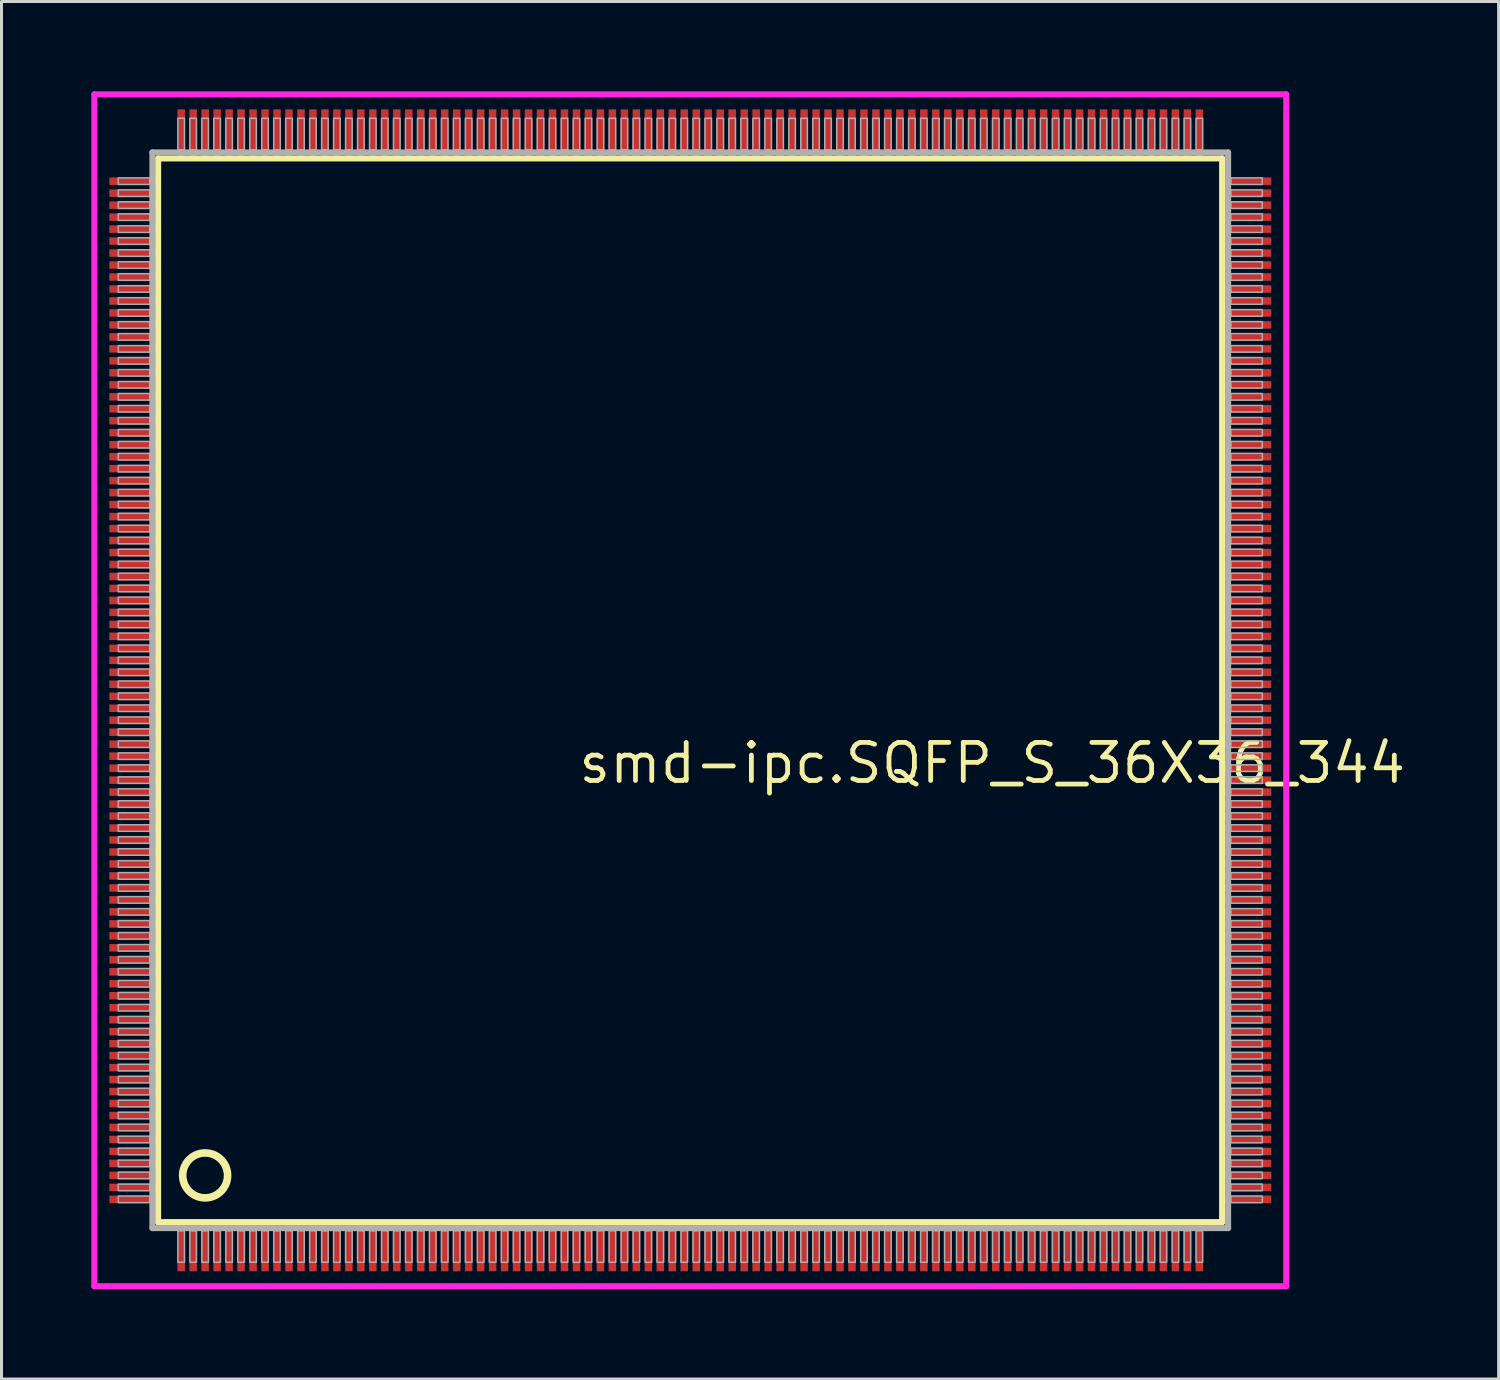
<source format=kicad_pcb>
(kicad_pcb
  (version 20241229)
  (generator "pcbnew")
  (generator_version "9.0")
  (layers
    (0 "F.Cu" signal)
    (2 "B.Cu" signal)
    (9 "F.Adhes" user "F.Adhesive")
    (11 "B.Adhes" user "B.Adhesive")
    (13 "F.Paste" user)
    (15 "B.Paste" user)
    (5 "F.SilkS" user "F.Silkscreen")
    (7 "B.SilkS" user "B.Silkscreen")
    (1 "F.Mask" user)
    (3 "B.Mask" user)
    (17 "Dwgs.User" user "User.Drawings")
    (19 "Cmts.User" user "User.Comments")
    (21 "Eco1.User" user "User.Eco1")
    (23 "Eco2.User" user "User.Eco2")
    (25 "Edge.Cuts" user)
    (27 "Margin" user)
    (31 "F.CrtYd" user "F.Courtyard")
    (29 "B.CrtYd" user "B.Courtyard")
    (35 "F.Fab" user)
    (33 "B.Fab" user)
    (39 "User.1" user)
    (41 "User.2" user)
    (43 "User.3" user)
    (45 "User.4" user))
  (footprint "smd-ipc.SQFP_S_36X36_344"
    (layer "F.Cu")
    (at 20 20)
    (property "Reference" "smd-ipc.SQFP_S_36X36_344" (at -3.81 3.175 0) (layer "F.SilkS") (effects (font (size 1.27 1.27) (thickness 0.16)) (justify left bottom)))
    (attr smd)
    (fp_line (start -17.77 -17.76) (end 17.76 -17.76) (stroke (width 0.203) (type default)) (layer "F.SilkS"))
    (fp_line (start -17.77 17.76) (end -17.77 -17.76) (stroke (width 0.203) (type default)) (layer "F.SilkS"))
    (fp_line (start 17.76 -17.76) (end 17.76 17.76) (stroke (width 0.203) (type default)) (layer "F.SilkS"))
    (fp_line (start 17.76 17.76) (end -17.77 17.76) (stroke (width 0.203) (type default)) (layer "F.SilkS"))
    (fp_circle (center -16.2 16.2) (end -15.45 16.2) (stroke (width 0.254) (type default)) (fill no) (layer "F.SilkS"))
    (fp_line (start -19.9 -19.9) (end 19.9 -19.9) (stroke (width 0.2) (type default)) (layer "F.CrtYd"))
    (fp_line (start -19.9 19.9) (end -19.9 -19.9) (stroke (width 0.2) (type default)) (layer "F.CrtYd"))
    (fp_line (start 19.9 -19.9) (end 19.9 19.9) (stroke (width 0.2) (type default)) (layer "F.CrtYd"))
    (fp_line (start 19.9 19.9) (end -19.9 19.9) (stroke (width 0.2) (type default)) (layer "F.CrtYd"))
    (fp_line (start -17.96 -17.96) (end -17.96 17.96) (stroke (width 0.203) (type default)) (layer "F.Fab"))
    (fp_line (start -17.96 17.96) (end 17.96 17.96) (stroke (width 0.203) (type default)) (layer "F.Fab"))
    (fp_line (start 17.96 -17.96) (end -17.96 -17.96) (stroke (width 0.203) (type default)) (layer "F.Fab"))
    (fp_line (start 17.96 17.96) (end 17.96 -17.96) (stroke (width 0.203) (type default)) (layer "F.Fab"))
    (fp_rect (start -19.1 -16.89) (end -18.05 -17.11) (stroke (width 0.05) (type default)) (fill no) (layer "F.Fab"))
    (fp_rect (start -19.1 -16.49) (end -18.05 -16.71) (stroke (width 0.05) (type default)) (fill no) (layer "F.Fab"))
    (fp_rect (start -19.1 -16.09) (end -18.05 -16.31) (stroke (width 0.05) (type default)) (fill no) (layer "F.Fab"))
    (fp_rect (start -19.1 -15.69) (end -18.05 -15.91) (stroke (width 0.05) (type default)) (fill no) (layer "F.Fab"))
    (fp_rect (start -19.1 -15.29) (end -18.05 -15.51) (stroke (width 0.05) (type default)) (fill no) (layer "F.Fab"))
    (fp_rect (start -19.1 -14.89) (end -18.05 -15.11) (stroke (width 0.05) (type default)) (fill no) (layer "F.Fab"))
    (fp_rect (start -19.1 -14.49) (end -18.05 -14.71) (stroke (width 0.05) (type default)) (fill no) (layer "F.Fab"))
    (fp_rect (start -19.1 -14.09) (end -18.05 -14.31) (stroke (width 0.05) (type default)) (fill no) (layer "F.Fab"))
    (fp_rect (start -19.1 -13.69) (end -18.05 -13.91) (stroke (width 0.05) (type default)) (fill no) (layer "F.Fab"))
    (fp_rect (start -19.1 -13.29) (end -18.05 -13.51) (stroke (width 0.05) (type default)) (fill no) (layer "F.Fab"))
    (fp_rect (start -19.1 -12.89) (end -18.05 -13.11) (stroke (width 0.05) (type default)) (fill no) (layer "F.Fab"))
    (fp_rect (start -19.1 -12.49) (end -18.05 -12.71) (stroke (width 0.05) (type default)) (fill no) (layer "F.Fab"))
    (fp_rect (start -19.1 -12.09) (end -18.05 -12.31) (stroke (width 0.05) (type default)) (fill no) (layer "F.Fab"))
    (fp_rect (start -19.1 -11.69) (end -18.05 -11.91) (stroke (width 0.05) (type default)) (fill no) (layer "F.Fab"))
    (fp_rect (start -19.1 -11.29) (end -18.05 -11.51) (stroke (width 0.05) (type default)) (fill no) (layer "F.Fab"))
    (fp_rect (start -19.1 -10.89) (end -18.05 -11.11) (stroke (width 0.05) (type default)) (fill no) (layer "F.Fab"))
    (fp_rect (start -19.1 -10.49) (end -18.05 -10.71) (stroke (width 0.05) (type default)) (fill no) (layer "F.Fab"))
    (fp_rect (start -19.1 -10.09) (end -18.05 -10.31) (stroke (width 0.05) (type default)) (fill no) (layer "F.Fab"))
    (fp_rect (start -19.1 -9.69) (end -18.05 -9.91) (stroke (width 0.05) (type default)) (fill no) (layer "F.Fab"))
    (fp_rect (start -19.1 -9.29) (end -18.05 -9.51) (stroke (width 0.05) (type default)) (fill no) (layer "F.Fab"))
    (fp_rect (start -19.1 -8.89) (end -18.05 -9.11) (stroke (width 0.05) (type default)) (fill no) (layer "F.Fab"))
    (fp_rect (start -19.1 -8.49) (end -18.05 -8.71) (stroke (width 0.05) (type default)) (fill no) (layer "F.Fab"))
    (fp_rect (start -19.1 -8.09) (end -18.05 -8.31) (stroke (width 0.05) (type default)) (fill no) (layer "F.Fab"))
    (fp_rect (start -19.1 -7.69) (end -18.05 -7.91) (stroke (width 0.05) (type default)) (fill no) (layer "F.Fab"))
    (fp_rect (start -19.1 -7.29) (end -18.05 -7.51) (stroke (width 0.05) (type default)) (fill no) (layer "F.Fab"))
    (fp_rect (start -19.1 -6.89) (end -18.05 -7.11) (stroke (width 0.05) (type default)) (fill no) (layer "F.Fab"))
    (fp_rect (start -19.1 -6.49) (end -18.05 -6.71) (stroke (width 0.05) (type default)) (fill no) (layer "F.Fab"))
    (fp_rect (start -19.1 -6.09) (end -18.05 -6.31) (stroke (width 0.05) (type default)) (fill no) (layer "F.Fab"))
    (fp_rect (start -19.1 -5.69) (end -18.05 -5.91) (stroke (width 0.05) (type default)) (fill no) (layer "F.Fab"))
    (fp_rect (start -19.1 -5.29) (end -18.05 -5.51) (stroke (width 0.05) (type default)) (fill no) (layer "F.Fab"))
    (fp_rect (start -19.1 -4.89) (end -18.05 -5.11) (stroke (width 0.05) (type default)) (fill no) (layer "F.Fab"))
    (fp_rect (start -19.1 -4.49) (end -18.05 -4.71) (stroke (width 0.05) (type default)) (fill no) (layer "F.Fab"))
    (fp_rect (start -19.1 -4.09) (end -18.05 -4.31) (stroke (width 0.05) (type default)) (fill no) (layer "F.Fab"))
    (fp_rect (start -19.1 -3.69) (end -18.05 -3.91) (stroke (width 0.05) (type default)) (fill no) (layer "F.Fab"))
    (fp_rect (start -19.1 -3.29) (end -18.05 -3.51) (stroke (width 0.05) (type default)) (fill no) (layer "F.Fab"))
    (fp_rect (start -19.1 -2.89) (end -18.05 -3.11) (stroke (width 0.05) (type default)) (fill no) (layer "F.Fab"))
    (fp_rect (start -19.1 -2.49) (end -18.05 -2.71) (stroke (width 0.05) (type default)) (fill no) (layer "F.Fab"))
    (fp_rect (start -19.1 -2.09) (end -18.05 -2.31) (stroke (width 0.05) (type default)) (fill no) (layer "F.Fab"))
    (fp_rect (start -19.1 -1.69) (end -18.05 -1.91) (stroke (width 0.05) (type default)) (fill no) (layer "F.Fab"))
    (fp_rect (start -19.1 -1.29) (end -18.05 -1.51) (stroke (width 0.05) (type default)) (fill no) (layer "F.Fab"))
    (fp_rect (start -19.1 -0.89) (end -18.05 -1.11) (stroke (width 0.05) (type default)) (fill no) (layer "F.Fab"))
    (fp_rect (start -19.1 -0.49) (end -18.05 -0.71) (stroke (width 0.05) (type default)) (fill no) (layer "F.Fab"))
    (fp_rect (start -19.1 -0.09) (end -18.05 -0.31) (stroke (width 0.05) (type default)) (fill no) (layer "F.Fab"))
    (fp_rect (start -19.1 0.31) (end -18.05 0.09) (stroke (width 0.05) (type default)) (fill no) (layer "F.Fab"))
    (fp_rect (start -19.1 0.71) (end -18.05 0.49) (stroke (width 0.05) (type default)) (fill no) (layer "F.Fab"))
    (fp_rect (start -19.1 1.11) (end -18.05 0.89) (stroke (width 0.05) (type default)) (fill no) (layer "F.Fab"))
    (fp_rect (start -19.1 1.51) (end -18.05 1.29) (stroke (width 0.05) (type default)) (fill no) (layer "F.Fab"))
    (fp_rect (start -19.1 1.91) (end -18.05 1.69) (stroke (width 0.05) (type default)) (fill no) (layer "F.Fab"))
    (fp_rect (start -19.1 2.31) (end -18.05 2.09) (stroke (width 0.05) (type default)) (fill no) (layer "F.Fab"))
    (fp_rect (start -19.1 2.71) (end -18.05 2.49) (stroke (width 0.05) (type default)) (fill no) (layer "F.Fab"))
    (fp_rect (start -19.1 3.11) (end -18.05 2.89) (stroke (width 0.05) (type default)) (fill no) (layer "F.Fab"))
    (fp_rect (start -19.1 3.51) (end -18.05 3.29) (stroke (width 0.05) (type default)) (fill no) (layer "F.Fab"))
    (fp_rect (start -19.1 3.91) (end -18.05 3.69) (stroke (width 0.05) (type default)) (fill no) (layer "F.Fab"))
    (fp_rect (start -19.1 4.31) (end -18.05 4.09) (stroke (width 0.05) (type default)) (fill no) (layer "F.Fab"))
    (fp_rect (start -19.1 4.71) (end -18.05 4.49) (stroke (width 0.05) (type default)) (fill no) (layer "F.Fab"))
    (fp_rect (start -19.1 5.11) (end -18.05 4.89) (stroke (width 0.05) (type default)) (fill no) (layer "F.Fab"))
    (fp_rect (start -19.1 5.51) (end -18.05 5.29) (stroke (width 0.05) (type default)) (fill no) (layer "F.Fab"))
    (fp_rect (start -19.1 5.91) (end -18.05 5.69) (stroke (width 0.05) (type default)) (fill no) (layer "F.Fab"))
    (fp_rect (start -19.1 6.31) (end -18.05 6.09) (stroke (width 0.05) (type default)) (fill no) (layer "F.Fab"))
    (fp_rect (start -19.1 6.71) (end -18.05 6.49) (stroke (width 0.05) (type default)) (fill no) (layer "F.Fab"))
    (fp_rect (start -19.1 7.11) (end -18.05 6.89) (stroke (width 0.05) (type default)) (fill no) (layer "F.Fab"))
    (fp_rect (start -19.1 7.51) (end -18.05 7.29) (stroke (width 0.05) (type default)) (fill no) (layer "F.Fab"))
    (fp_rect (start -19.1 7.91) (end -18.05 7.69) (stroke (width 0.05) (type default)) (fill no) (layer "F.Fab"))
    (fp_rect (start -19.1 8.31) (end -18.05 8.09) (stroke (width 0.05) (type default)) (fill no) (layer "F.Fab"))
    (fp_rect (start -19.1 8.71) (end -18.05 8.49) (stroke (width 0.05) (type default)) (fill no) (layer "F.Fab"))
    (fp_rect (start -19.1 9.11) (end -18.05 8.89) (stroke (width 0.05) (type default)) (fill no) (layer "F.Fab"))
    (fp_rect (start -19.1 9.51) (end -18.05 9.29) (stroke (width 0.05) (type default)) (fill no) (layer "F.Fab"))
    (fp_rect (start -19.1 9.91) (end -18.05 9.69) (stroke (width 0.05) (type default)) (fill no) (layer "F.Fab"))
    (fp_rect (start -19.1 10.31) (end -18.05 10.09) (stroke (width 0.05) (type default)) (fill no) (layer "F.Fab"))
    (fp_rect (start -19.1 10.71) (end -18.05 10.49) (stroke (width 0.05) (type default)) (fill no) (layer "F.Fab"))
    (fp_rect (start -19.1 11.11) (end -18.05 10.89) (stroke (width 0.05) (type default)) (fill no) (layer "F.Fab"))
    (fp_rect (start -19.1 11.51) (end -18.05 11.29) (stroke (width 0.05) (type default)) (fill no) (layer "F.Fab"))
    (fp_rect (start -19.1 11.91) (end -18.05 11.69) (stroke (width 0.05) (type default)) (fill no) (layer "F.Fab"))
    (fp_rect (start -19.1 12.31) (end -18.05 12.09) (stroke (width 0.05) (type default)) (fill no) (layer "F.Fab"))
    (fp_rect (start -19.1 12.71) (end -18.05 12.49) (stroke (width 0.05) (type default)) (fill no) (layer "F.Fab"))
    (fp_rect (start -19.1 13.11) (end -18.05 12.89) (stroke (width 0.05) (type default)) (fill no) (layer "F.Fab"))
    (fp_rect (start -19.1 13.51) (end -18.05 13.29) (stroke (width 0.05) (type default)) (fill no) (layer "F.Fab"))
    (fp_rect (start -19.1 13.91) (end -18.05 13.69) (stroke (width 0.05) (type default)) (fill no) (layer "F.Fab"))
    (fp_rect (start -19.1 14.31) (end -18.05 14.09) (stroke (width 0.05) (type default)) (fill no) (layer "F.Fab"))
    (fp_rect (start -19.1 14.71) (end -18.05 14.49) (stroke (width 0.05) (type default)) (fill no) (layer "F.Fab"))
    (fp_rect (start -19.1 15.11) (end -18.05 14.89) (stroke (width 0.05) (type default)) (fill no) (layer "F.Fab"))
    (fp_rect (start -19.1 15.51) (end -18.05 15.29) (stroke (width 0.05) (type default)) (fill no) (layer "F.Fab"))
    (fp_rect (start -19.1 15.91) (end -18.05 15.69) (stroke (width 0.05) (type default)) (fill no) (layer "F.Fab"))
    (fp_rect (start -19.1 16.31) (end -18.05 16.09) (stroke (width 0.05) (type default)) (fill no) (layer "F.Fab"))
    (fp_rect (start -19.1 16.71) (end -18.05 16.49) (stroke (width 0.05) (type default)) (fill no) (layer "F.Fab"))
    (fp_rect (start -19.1 17.11) (end -18.05 16.89) (stroke (width 0.05) (type default)) (fill no) (layer "F.Fab"))
    (fp_rect (start -17.11 -18.05) (end -16.89 -19.1) (stroke (width 0.05) (type default)) (fill no) (layer "F.Fab"))
    (fp_rect (start -17.11 19.1) (end -16.89 18.05) (stroke (width 0.05) (type default)) (fill no) (layer "F.Fab"))
    (fp_rect (start -16.71 -18.05) (end -16.49 -19.1) (stroke (width 0.05) (type default)) (fill no) (layer "F.Fab"))
    (fp_rect (start -16.71 19.1) (end -16.49 18.05) (stroke (width 0.05) (type default)) (fill no) (layer "F.Fab"))
    (fp_rect (start -16.31 -18.05) (end -16.09 -19.1) (stroke (width 0.05) (type default)) (fill no) (layer "F.Fab"))
    (fp_rect (start -16.31 19.1) (end -16.09 18.05) (stroke (width 0.05) (type default)) (fill no) (layer "F.Fab"))
    (fp_rect (start -15.91 -18.05) (end -15.69 -19.1) (stroke (width 0.05) (type default)) (fill no) (layer "F.Fab"))
    (fp_rect (start -15.91 19.1) (end -15.69 18.05) (stroke (width 0.05) (type default)) (fill no) (layer "F.Fab"))
    (fp_rect (start -15.51 -18.05) (end -15.29 -19.1) (stroke (width 0.05) (type default)) (fill no) (layer "F.Fab"))
    (fp_rect (start -15.51 19.1) (end -15.29 18.05) (stroke (width 0.05) (type default)) (fill no) (layer "F.Fab"))
    (fp_rect (start -15.11 -18.05) (end -14.89 -19.1) (stroke (width 0.05) (type default)) (fill no) (layer "F.Fab"))
    (fp_rect (start -15.11 19.1) (end -14.89 18.05) (stroke (width 0.05) (type default)) (fill no) (layer "F.Fab"))
    (fp_rect (start -14.71 -18.05) (end -14.49 -19.1) (stroke (width 0.05) (type default)) (fill no) (layer "F.Fab"))
    (fp_rect (start -14.71 19.1) (end -14.49 18.05) (stroke (width 0.05) (type default)) (fill no) (layer "F.Fab"))
    (fp_rect (start -14.31 -18.05) (end -14.09 -19.1) (stroke (width 0.05) (type default)) (fill no) (layer "F.Fab"))
    (fp_rect (start -14.31 19.1) (end -14.09 18.05) (stroke (width 0.05) (type default)) (fill no) (layer "F.Fab"))
    (fp_rect (start -13.91 -18.05) (end -13.69 -19.1) (stroke (width 0.05) (type default)) (fill no) (layer "F.Fab"))
    (fp_rect (start -13.91 19.1) (end -13.69 18.05) (stroke (width 0.05) (type default)) (fill no) (layer "F.Fab"))
    (fp_rect (start -13.51 -18.05) (end -13.29 -19.1) (stroke (width 0.05) (type default)) (fill no) (layer "F.Fab"))
    (fp_rect (start -13.51 19.1) (end -13.29 18.05) (stroke (width 0.05) (type default)) (fill no) (layer "F.Fab"))
    (fp_rect (start -13.11 -18.05) (end -12.89 -19.1) (stroke (width 0.05) (type default)) (fill no) (layer "F.Fab"))
    (fp_rect (start -13.11 19.1) (end -12.89 18.05) (stroke (width 0.05) (type default)) (fill no) (layer "F.Fab"))
    (fp_rect (start -12.71 -18.05) (end -12.49 -19.1) (stroke (width 0.05) (type default)) (fill no) (layer "F.Fab"))
    (fp_rect (start -12.71 19.1) (end -12.49 18.05) (stroke (width 0.05) (type default)) (fill no) (layer "F.Fab"))
    (fp_rect (start -12.31 -18.05) (end -12.09 -19.1) (stroke (width 0.05) (type default)) (fill no) (layer "F.Fab"))
    (fp_rect (start -12.31 19.1) (end -12.09 18.05) (stroke (width 0.05) (type default)) (fill no) (layer "F.Fab"))
    (fp_rect (start -11.91 -18.05) (end -11.69 -19.1) (stroke (width 0.05) (type default)) (fill no) (layer "F.Fab"))
    (fp_rect (start -11.91 19.1) (end -11.69 18.05) (stroke (width 0.05) (type default)) (fill no) (layer "F.Fab"))
    (fp_rect (start -11.51 -18.05) (end -11.29 -19.1) (stroke (width 0.05) (type default)) (fill no) (layer "F.Fab"))
    (fp_rect (start -11.51 19.1) (end -11.29 18.05) (stroke (width 0.05) (type default)) (fill no) (layer "F.Fab"))
    (fp_rect (start -11.11 -18.05) (end -10.89 -19.1) (stroke (width 0.05) (type default)) (fill no) (layer "F.Fab"))
    (fp_rect (start -11.11 19.1) (end -10.89 18.05) (stroke (width 0.05) (type default)) (fill no) (layer "F.Fab"))
    (fp_rect (start -10.71 -18.05) (end -10.49 -19.1) (stroke (width 0.05) (type default)) (fill no) (layer "F.Fab"))
    (fp_rect (start -10.71 19.1) (end -10.49 18.05) (stroke (width 0.05) (type default)) (fill no) (layer "F.Fab"))
    (fp_rect (start -10.31 -18.05) (end -10.09 -19.1) (stroke (width 0.05) (type default)) (fill no) (layer "F.Fab"))
    (fp_rect (start -10.31 19.1) (end -10.09 18.05) (stroke (width 0.05) (type default)) (fill no) (layer "F.Fab"))
    (fp_rect (start -9.91 -18.05) (end -9.69 -19.1) (stroke (width 0.05) (type default)) (fill no) (layer "F.Fab"))
    (fp_rect (start -9.91 19.1) (end -9.69 18.05) (stroke (width 0.05) (type default)) (fill no) (layer "F.Fab"))
    (fp_rect (start -9.51 -18.05) (end -9.29 -19.1) (stroke (width 0.05) (type default)) (fill no) (layer "F.Fab"))
    (fp_rect (start -9.51 19.1) (end -9.29 18.05) (stroke (width 0.05) (type default)) (fill no) (layer "F.Fab"))
    (fp_rect (start -9.11 -18.05) (end -8.89 -19.1) (stroke (width 0.05) (type default)) (fill no) (layer "F.Fab"))
    (fp_rect (start -9.11 19.1) (end -8.89 18.05) (stroke (width 0.05) (type default)) (fill no) (layer "F.Fab"))
    (fp_rect (start -8.71 -18.05) (end -8.49 -19.1) (stroke (width 0.05) (type default)) (fill no) (layer "F.Fab"))
    (fp_rect (start -8.71 19.1) (end -8.49 18.05) (stroke (width 0.05) (type default)) (fill no) (layer "F.Fab"))
    (fp_rect (start -8.31 -18.05) (end -8.09 -19.1) (stroke (width 0.05) (type default)) (fill no) (layer "F.Fab"))
    (fp_rect (start -8.31 19.1) (end -8.09 18.05) (stroke (width 0.05) (type default)) (fill no) (layer "F.Fab"))
    (fp_rect (start -7.91 -18.05) (end -7.69 -19.1) (stroke (width 0.05) (type default)) (fill no) (layer "F.Fab"))
    (fp_rect (start -7.91 19.1) (end -7.69 18.05) (stroke (width 0.05) (type default)) (fill no) (layer "F.Fab"))
    (fp_rect (start -7.51 -18.05) (end -7.29 -19.1) (stroke (width 0.05) (type default)) (fill no) (layer "F.Fab"))
    (fp_rect (start -7.51 19.1) (end -7.29 18.05) (stroke (width 0.05) (type default)) (fill no) (layer "F.Fab"))
    (fp_rect (start -7.11 -18.05) (end -6.89 -19.1) (stroke (width 0.05) (type default)) (fill no) (layer "F.Fab"))
    (fp_rect (start -7.11 19.1) (end -6.89 18.05) (stroke (width 0.05) (type default)) (fill no) (layer "F.Fab"))
    (fp_rect (start -6.71 -18.05) (end -6.49 -19.1) (stroke (width 0.05) (type default)) (fill no) (layer "F.Fab"))
    (fp_rect (start -6.71 19.1) (end -6.49 18.05) (stroke (width 0.05) (type default)) (fill no) (layer "F.Fab"))
    (fp_rect (start -6.31 -18.05) (end -6.09 -19.1) (stroke (width 0.05) (type default)) (fill no) (layer "F.Fab"))
    (fp_rect (start -6.31 19.1) (end -6.09 18.05) (stroke (width 0.05) (type default)) (fill no) (layer "F.Fab"))
    (fp_rect (start -5.91 -18.05) (end -5.69 -19.1) (stroke (width 0.05) (type default)) (fill no) (layer "F.Fab"))
    (fp_rect (start -5.91 19.1) (end -5.69 18.05) (stroke (width 0.05) (type default)) (fill no) (layer "F.Fab"))
    (fp_rect (start -5.51 -18.05) (end -5.29 -19.1) (stroke (width 0.05) (type default)) (fill no) (layer "F.Fab"))
    (fp_rect (start -5.51 19.1) (end -5.29 18.05) (stroke (width 0.05) (type default)) (fill no) (layer "F.Fab"))
    (fp_rect (start -5.11 -18.05) (end -4.89 -19.1) (stroke (width 0.05) (type default)) (fill no) (layer "F.Fab"))
    (fp_rect (start -5.11 19.1) (end -4.89 18.05) (stroke (width 0.05) (type default)) (fill no) (layer "F.Fab"))
    (fp_rect (start -4.71 -18.05) (end -4.49 -19.1) (stroke (width 0.05) (type default)) (fill no) (layer "F.Fab"))
    (fp_rect (start -4.71 19.1) (end -4.49 18.05) (stroke (width 0.05) (type default)) (fill no) (layer "F.Fab"))
    (fp_rect (start -4.31 -18.05) (end -4.09 -19.1) (stroke (width 0.05) (type default)) (fill no) (layer "F.Fab"))
    (fp_rect (start -4.31 19.1) (end -4.09 18.05) (stroke (width 0.05) (type default)) (fill no) (layer "F.Fab"))
    (fp_rect (start -3.91 -18.05) (end -3.69 -19.1) (stroke (width 0.05) (type default)) (fill no) (layer "F.Fab"))
    (fp_rect (start -3.91 19.1) (end -3.69 18.05) (stroke (width 0.05) (type default)) (fill no) (layer "F.Fab"))
    (fp_rect (start -3.51 -18.05) (end -3.29 -19.1) (stroke (width 0.05) (type default)) (fill no) (layer "F.Fab"))
    (fp_rect (start -3.51 19.1) (end -3.29 18.05) (stroke (width 0.05) (type default)) (fill no) (layer "F.Fab"))
    (fp_rect (start -3.11 -18.05) (end -2.89 -19.1) (stroke (width 0.05) (type default)) (fill no) (layer "F.Fab"))
    (fp_rect (start -3.11 19.1) (end -2.89 18.05) (stroke (width 0.05) (type default)) (fill no) (layer "F.Fab"))
    (fp_rect (start -2.71 -18.05) (end -2.49 -19.1) (stroke (width 0.05) (type default)) (fill no) (layer "F.Fab"))
    (fp_rect (start -2.71 19.1) (end -2.49 18.05) (stroke (width 0.05) (type default)) (fill no) (layer "F.Fab"))
    (fp_rect (start -2.31 -18.05) (end -2.09 -19.1) (stroke (width 0.05) (type default)) (fill no) (layer "F.Fab"))
    (fp_rect (start -2.31 19.1) (end -2.09 18.05) (stroke (width 0.05) (type default)) (fill no) (layer "F.Fab"))
    (fp_rect (start -1.91 -18.05) (end -1.69 -19.1) (stroke (width 0.05) (type default)) (fill no) (layer "F.Fab"))
    (fp_rect (start -1.91 19.1) (end -1.69 18.05) (stroke (width 0.05) (type default)) (fill no) (layer "F.Fab"))
    (fp_rect (start -1.51 -18.05) (end -1.29 -19.1) (stroke (width 0.05) (type default)) (fill no) (layer "F.Fab"))
    (fp_rect (start -1.51 19.1) (end -1.29 18.05) (stroke (width 0.05) (type default)) (fill no) (layer "F.Fab"))
    (fp_rect (start -1.11 -18.05) (end -0.89 -19.1) (stroke (width 0.05) (type default)) (fill no) (layer "F.Fab"))
    (fp_rect (start -1.11 19.1) (end -0.89 18.05) (stroke (width 0.05) (type default)) (fill no) (layer "F.Fab"))
    (fp_rect (start -0.71 -18.05) (end -0.49 -19.1) (stroke (width 0.05) (type default)) (fill no) (layer "F.Fab"))
    (fp_rect (start -0.71 19.1) (end -0.49 18.05) (stroke (width 0.05) (type default)) (fill no) (layer "F.Fab"))
    (fp_rect (start -0.31 -18.05) (end -0.09 -19.1) (stroke (width 0.05) (type default)) (fill no) (layer "F.Fab"))
    (fp_rect (start -0.31 19.1) (end -0.09 18.05) (stroke (width 0.05) (type default)) (fill no) (layer "F.Fab"))
    (fp_rect (start 0.09 -18.05) (end 0.31 -19.1) (stroke (width 0.05) (type default)) (fill no) (layer "F.Fab"))
    (fp_rect (start 0.09 19.1) (end 0.31 18.05) (stroke (width 0.05) (type default)) (fill no) (layer "F.Fab"))
    (fp_rect (start 0.49 -18.05) (end 0.71 -19.1) (stroke (width 0.05) (type default)) (fill no) (layer "F.Fab"))
    (fp_rect (start 0.49 19.1) (end 0.71 18.05) (stroke (width 0.05) (type default)) (fill no) (layer "F.Fab"))
    (fp_rect (start 0.89 -18.05) (end 1.11 -19.1) (stroke (width 0.05) (type default)) (fill no) (layer "F.Fab"))
    (fp_rect (start 0.89 19.1) (end 1.11 18.05) (stroke (width 0.05) (type default)) (fill no) (layer "F.Fab"))
    (fp_rect (start 1.29 -18.05) (end 1.51 -19.1) (stroke (width 0.05) (type default)) (fill no) (layer "F.Fab"))
    (fp_rect (start 1.29 19.1) (end 1.51 18.05) (stroke (width 0.05) (type default)) (fill no) (layer "F.Fab"))
    (fp_rect (start 1.69 -18.05) (end 1.91 -19.1) (stroke (width 0.05) (type default)) (fill no) (layer "F.Fab"))
    (fp_rect (start 1.69 19.1) (end 1.91 18.05) (stroke (width 0.05) (type default)) (fill no) (layer "F.Fab"))
    (fp_rect (start 2.09 -18.05) (end 2.31 -19.1) (stroke (width 0.05) (type default)) (fill no) (layer "F.Fab"))
    (fp_rect (start 2.09 19.1) (end 2.31 18.05) (stroke (width 0.05) (type default)) (fill no) (layer "F.Fab"))
    (fp_rect (start 2.49 -18.05) (end 2.71 -19.1) (stroke (width 0.05) (type default)) (fill no) (layer "F.Fab"))
    (fp_rect (start 2.49 19.1) (end 2.71 18.05) (stroke (width 0.05) (type default)) (fill no) (layer "F.Fab"))
    (fp_rect (start 2.89 -18.05) (end 3.11 -19.1) (stroke (width 0.05) (type default)) (fill no) (layer "F.Fab"))
    (fp_rect (start 2.89 19.1) (end 3.11 18.05) (stroke (width 0.05) (type default)) (fill no) (layer "F.Fab"))
    (fp_rect (start 3.29 -18.05) (end 3.51 -19.1) (stroke (width 0.05) (type default)) (fill no) (layer "F.Fab"))
    (fp_rect (start 3.29 19.1) (end 3.51 18.05) (stroke (width 0.05) (type default)) (fill no) (layer "F.Fab"))
    (fp_rect (start 3.69 -18.05) (end 3.91 -19.1) (stroke (width 0.05) (type default)) (fill no) (layer "F.Fab"))
    (fp_rect (start 3.69 19.1) (end 3.91 18.05) (stroke (width 0.05) (type default)) (fill no) (layer "F.Fab"))
    (fp_rect (start 4.09 -18.05) (end 4.31 -19.1) (stroke (width 0.05) (type default)) (fill no) (layer "F.Fab"))
    (fp_rect (start 4.09 19.1) (end 4.31 18.05) (stroke (width 0.05) (type default)) (fill no) (layer "F.Fab"))
    (fp_rect (start 4.49 -18.05) (end 4.71 -19.1) (stroke (width 0.05) (type default)) (fill no) (layer "F.Fab"))
    (fp_rect (start 4.49 19.1) (end 4.71 18.05) (stroke (width 0.05) (type default)) (fill no) (layer "F.Fab"))
    (fp_rect (start 4.89 -18.05) (end 5.11 -19.1) (stroke (width 0.05) (type default)) (fill no) (layer "F.Fab"))
    (fp_rect (start 4.89 19.1) (end 5.11 18.05) (stroke (width 0.05) (type default)) (fill no) (layer "F.Fab"))
    (fp_rect (start 5.29 -18.05) (end 5.51 -19.1) (stroke (width 0.05) (type default)) (fill no) (layer "F.Fab"))
    (fp_rect (start 5.29 19.1) (end 5.51 18.05) (stroke (width 0.05) (type default)) (fill no) (layer "F.Fab"))
    (fp_rect (start 5.69 -18.05) (end 5.91 -19.1) (stroke (width 0.05) (type default)) (fill no) (layer "F.Fab"))
    (fp_rect (start 5.69 19.1) (end 5.91 18.05) (stroke (width 0.05) (type default)) (fill no) (layer "F.Fab"))
    (fp_rect (start 6.09 -18.05) (end 6.31 -19.1) (stroke (width 0.05) (type default)) (fill no) (layer "F.Fab"))
    (fp_rect (start 6.09 19.1) (end 6.31 18.05) (stroke (width 0.05) (type default)) (fill no) (layer "F.Fab"))
    (fp_rect (start 6.49 -18.05) (end 6.71 -19.1) (stroke (width 0.05) (type default)) (fill no) (layer "F.Fab"))
    (fp_rect (start 6.49 19.1) (end 6.71 18.05) (stroke (width 0.05) (type default)) (fill no) (layer "F.Fab"))
    (fp_rect (start 6.89 -18.05) (end 7.11 -19.1) (stroke (width 0.05) (type default)) (fill no) (layer "F.Fab"))
    (fp_rect (start 6.89 19.1) (end 7.11 18.05) (stroke (width 0.05) (type default)) (fill no) (layer "F.Fab"))
    (fp_rect (start 7.29 -18.05) (end 7.51 -19.1) (stroke (width 0.05) (type default)) (fill no) (layer "F.Fab"))
    (fp_rect (start 7.29 19.1) (end 7.51 18.05) (stroke (width 0.05) (type default)) (fill no) (layer "F.Fab"))
    (fp_rect (start 7.69 -18.05) (end 7.91 -19.1) (stroke (width 0.05) (type default)) (fill no) (layer "F.Fab"))
    (fp_rect (start 7.69 19.1) (end 7.91 18.05) (stroke (width 0.05) (type default)) (fill no) (layer "F.Fab"))
    (fp_rect (start 8.09 -18.05) (end 8.31 -19.1) (stroke (width 0.05) (type default)) (fill no) (layer "F.Fab"))
    (fp_rect (start 8.09 19.1) (end 8.31 18.05) (stroke (width 0.05) (type default)) (fill no) (layer "F.Fab"))
    (fp_rect (start 8.49 -18.05) (end 8.71 -19.1) (stroke (width 0.05) (type default)) (fill no) (layer "F.Fab"))
    (fp_rect (start 8.49 19.1) (end 8.71 18.05) (stroke (width 0.05) (type default)) (fill no) (layer "F.Fab"))
    (fp_rect (start 8.89 -18.05) (end 9.11 -19.1) (stroke (width 0.05) (type default)) (fill no) (layer "F.Fab"))
    (fp_rect (start 8.89 19.1) (end 9.11 18.05) (stroke (width 0.05) (type default)) (fill no) (layer "F.Fab"))
    (fp_rect (start 9.29 -18.05) (end 9.51 -19.1) (stroke (width 0.05) (type default)) (fill no) (layer "F.Fab"))
    (fp_rect (start 9.29 19.1) (end 9.51 18.05) (stroke (width 0.05) (type default)) (fill no) (layer "F.Fab"))
    (fp_rect (start 9.69 -18.05) (end 9.91 -19.1) (stroke (width 0.05) (type default)) (fill no) (layer "F.Fab"))
    (fp_rect (start 9.69 19.1) (end 9.91 18.05) (stroke (width 0.05) (type default)) (fill no) (layer "F.Fab"))
    (fp_rect (start 10.09 -18.05) (end 10.31 -19.1) (stroke (width 0.05) (type default)) (fill no) (layer "F.Fab"))
    (fp_rect (start 10.09 19.1) (end 10.31 18.05) (stroke (width 0.05) (type default)) (fill no) (layer "F.Fab"))
    (fp_rect (start 10.49 -18.05) (end 10.71 -19.1) (stroke (width 0.05) (type default)) (fill no) (layer "F.Fab"))
    (fp_rect (start 10.49 19.1) (end 10.71 18.05) (stroke (width 0.05) (type default)) (fill no) (layer "F.Fab"))
    (fp_rect (start 10.89 -18.05) (end 11.11 -19.1) (stroke (width 0.05) (type default)) (fill no) (layer "F.Fab"))
    (fp_rect (start 10.89 19.1) (end 11.11 18.05) (stroke (width 0.05) (type default)) (fill no) (layer "F.Fab"))
    (fp_rect (start 11.29 -18.05) (end 11.51 -19.1) (stroke (width 0.05) (type default)) (fill no) (layer "F.Fab"))
    (fp_rect (start 11.29 19.1) (end 11.51 18.05) (stroke (width 0.05) (type default)) (fill no) (layer "F.Fab"))
    (fp_rect (start 11.69 -18.05) (end 11.91 -19.1) (stroke (width 0.05) (type default)) (fill no) (layer "F.Fab"))
    (fp_rect (start 11.69 19.1) (end 11.91 18.05) (stroke (width 0.05) (type default)) (fill no) (layer "F.Fab"))
    (fp_rect (start 12.09 -18.05) (end 12.31 -19.1) (stroke (width 0.05) (type default)) (fill no) (layer "F.Fab"))
    (fp_rect (start 12.09 19.1) (end 12.31 18.05) (stroke (width 0.05) (type default)) (fill no) (layer "F.Fab"))
    (fp_rect (start 12.49 -18.05) (end 12.71 -19.1) (stroke (width 0.05) (type default)) (fill no) (layer "F.Fab"))
    (fp_rect (start 12.49 19.1) (end 12.71 18.05) (stroke (width 0.05) (type default)) (fill no) (layer "F.Fab"))
    (fp_rect (start 12.89 -18.05) (end 13.11 -19.1) (stroke (width 0.05) (type default)) (fill no) (layer "F.Fab"))
    (fp_rect (start 12.89 19.1) (end 13.11 18.05) (stroke (width 0.05) (type default)) (fill no) (layer "F.Fab"))
    (fp_rect (start 13.29 -18.05) (end 13.51 -19.1) (stroke (width 0.05) (type default)) (fill no) (layer "F.Fab"))
    (fp_rect (start 13.29 19.1) (end 13.51 18.05) (stroke (width 0.05) (type default)) (fill no) (layer "F.Fab"))
    (fp_rect (start 13.69 -18.05) (end 13.91 -19.1) (stroke (width 0.05) (type default)) (fill no) (layer "F.Fab"))
    (fp_rect (start 13.69 19.1) (end 13.91 18.05) (stroke (width 0.05) (type default)) (fill no) (layer "F.Fab"))
    (fp_rect (start 14.09 -18.05) (end 14.31 -19.1) (stroke (width 0.05) (type default)) (fill no) (layer "F.Fab"))
    (fp_rect (start 14.09 19.1) (end 14.31 18.05) (stroke (width 0.05) (type default)) (fill no) (layer "F.Fab"))
    (fp_rect (start 14.49 -18.05) (end 14.71 -19.1) (stroke (width 0.05) (type default)) (fill no) (layer "F.Fab"))
    (fp_rect (start 14.49 19.1) (end 14.71 18.05) (stroke (width 0.05) (type default)) (fill no) (layer "F.Fab"))
    (fp_rect (start 14.89 -18.05) (end 15.11 -19.1) (stroke (width 0.05) (type default)) (fill no) (layer "F.Fab"))
    (fp_rect (start 14.89 19.1) (end 15.11 18.05) (stroke (width 0.05) (type default)) (fill no) (layer "F.Fab"))
    (fp_rect (start 15.29 -18.05) (end 15.51 -19.1) (stroke (width 0.05) (type default)) (fill no) (layer "F.Fab"))
    (fp_rect (start 15.29 19.1) (end 15.51 18.05) (stroke (width 0.05) (type default)) (fill no) (layer "F.Fab"))
    (fp_rect (start 15.69 -18.05) (end 15.91 -19.1) (stroke (width 0.05) (type default)) (fill no) (layer "F.Fab"))
    (fp_rect (start 15.69 19.1) (end 15.91 18.05) (stroke (width 0.05) (type default)) (fill no) (layer "F.Fab"))
    (fp_rect (start 16.09 -18.05) (end 16.31 -19.1) (stroke (width 0.05) (type default)) (fill no) (layer "F.Fab"))
    (fp_rect (start 16.09 19.1) (end 16.31 18.05) (stroke (width 0.05) (type default)) (fill no) (layer "F.Fab"))
    (fp_rect (start 16.49 -18.05) (end 16.71 -19.1) (stroke (width 0.05) (type default)) (fill no) (layer "F.Fab"))
    (fp_rect (start 16.49 19.1) (end 16.71 18.05) (stroke (width 0.05) (type default)) (fill no) (layer "F.Fab"))
    (fp_rect (start 16.89 -18.05) (end 17.11 -19.1) (stroke (width 0.05) (type default)) (fill no) (layer "F.Fab"))
    (fp_rect (start 16.89 19.1) (end 17.11 18.05) (stroke (width 0.05) (type default)) (fill no) (layer "F.Fab"))
    (fp_rect (start 18.05 -16.89) (end 19.1 -17.11) (stroke (width 0.05) (type default)) (fill no) (layer "F.Fab"))
    (fp_rect (start 18.05 -16.49) (end 19.1 -16.71) (stroke (width 0.05) (type default)) (fill no) (layer "F.Fab"))
    (fp_rect (start 18.05 -16.09) (end 19.1 -16.31) (stroke (width 0.05) (type default)) (fill no) (layer "F.Fab"))
    (fp_rect (start 18.05 -15.69) (end 19.1 -15.91) (stroke (width 0.05) (type default)) (fill no) (layer "F.Fab"))
    (fp_rect (start 18.05 -15.29) (end 19.1 -15.51) (stroke (width 0.05) (type default)) (fill no) (layer "F.Fab"))
    (fp_rect (start 18.05 -14.89) (end 19.1 -15.11) (stroke (width 0.05) (type default)) (fill no) (layer "F.Fab"))
    (fp_rect (start 18.05 -14.49) (end 19.1 -14.71) (stroke (width 0.05) (type default)) (fill no) (layer "F.Fab"))
    (fp_rect (start 18.05 -14.09) (end 19.1 -14.31) (stroke (width 0.05) (type default)) (fill no) (layer "F.Fab"))
    (fp_rect (start 18.05 -13.69) (end 19.1 -13.91) (stroke (width 0.05) (type default)) (fill no) (layer "F.Fab"))
    (fp_rect (start 18.05 -13.29) (end 19.1 -13.51) (stroke (width 0.05) (type default)) (fill no) (layer "F.Fab"))
    (fp_rect (start 18.05 -12.89) (end 19.1 -13.11) (stroke (width 0.05) (type default)) (fill no) (layer "F.Fab"))
    (fp_rect (start 18.05 -12.49) (end 19.1 -12.71) (stroke (width 0.05) (type default)) (fill no) (layer "F.Fab"))
    (fp_rect (start 18.05 -12.09) (end 19.1 -12.31) (stroke (width 0.05) (type default)) (fill no) (layer "F.Fab"))
    (fp_rect (start 18.05 -11.69) (end 19.1 -11.91) (stroke (width 0.05) (type default)) (fill no) (layer "F.Fab"))
    (fp_rect (start 18.05 -11.29) (end 19.1 -11.51) (stroke (width 0.05) (type default)) (fill no) (layer "F.Fab"))
    (fp_rect (start 18.05 -10.89) (end 19.1 -11.11) (stroke (width 0.05) (type default)) (fill no) (layer "F.Fab"))
    (fp_rect (start 18.05 -10.49) (end 19.1 -10.71) (stroke (width 0.05) (type default)) (fill no) (layer "F.Fab"))
    (fp_rect (start 18.05 -10.09) (end 19.1 -10.31) (stroke (width 0.05) (type default)) (fill no) (layer "F.Fab"))
    (fp_rect (start 18.05 -9.69) (end 19.1 -9.91) (stroke (width 0.05) (type default)) (fill no) (layer "F.Fab"))
    (fp_rect (start 18.05 -9.29) (end 19.1 -9.51) (stroke (width 0.05) (type default)) (fill no) (layer "F.Fab"))
    (fp_rect (start 18.05 -8.89) (end 19.1 -9.11) (stroke (width 0.05) (type default)) (fill no) (layer "F.Fab"))
    (fp_rect (start 18.05 -8.49) (end 19.1 -8.71) (stroke (width 0.05) (type default)) (fill no) (layer "F.Fab"))
    (fp_rect (start 18.05 -8.09) (end 19.1 -8.31) (stroke (width 0.05) (type default)) (fill no) (layer "F.Fab"))
    (fp_rect (start 18.05 -7.69) (end 19.1 -7.91) (stroke (width 0.05) (type default)) (fill no) (layer "F.Fab"))
    (fp_rect (start 18.05 -7.29) (end 19.1 -7.51) (stroke (width 0.05) (type default)) (fill no) (layer "F.Fab"))
    (fp_rect (start 18.05 -6.89) (end 19.1 -7.11) (stroke (width 0.05) (type default)) (fill no) (layer "F.Fab"))
    (fp_rect (start 18.05 -6.49) (end 19.1 -6.71) (stroke (width 0.05) (type default)) (fill no) (layer "F.Fab"))
    (fp_rect (start 18.05 -6.09) (end 19.1 -6.31) (stroke (width 0.05) (type default)) (fill no) (layer "F.Fab"))
    (fp_rect (start 18.05 -5.69) (end 19.1 -5.91) (stroke (width 0.05) (type default)) (fill no) (layer "F.Fab"))
    (fp_rect (start 18.05 -5.29) (end 19.1 -5.51) (stroke (width 0.05) (type default)) (fill no) (layer "F.Fab"))
    (fp_rect (start 18.05 -4.89) (end 19.1 -5.11) (stroke (width 0.05) (type default)) (fill no) (layer "F.Fab"))
    (fp_rect (start 18.05 -4.49) (end 19.1 -4.71) (stroke (width 0.05) (type default)) (fill no) (layer "F.Fab"))
    (fp_rect (start 18.05 -4.09) (end 19.1 -4.31) (stroke (width 0.05) (type default)) (fill no) (layer "F.Fab"))
    (fp_rect (start 18.05 -3.69) (end 19.1 -3.91) (stroke (width 0.05) (type default)) (fill no) (layer "F.Fab"))
    (fp_rect (start 18.05 -3.29) (end 19.1 -3.51) (stroke (width 0.05) (type default)) (fill no) (layer "F.Fab"))
    (fp_rect (start 18.05 -2.89) (end 19.1 -3.11) (stroke (width 0.05) (type default)) (fill no) (layer "F.Fab"))
    (fp_rect (start 18.05 -2.49) (end 19.1 -2.71) (stroke (width 0.05) (type default)) (fill no) (layer "F.Fab"))
    (fp_rect (start 18.05 -2.09) (end 19.1 -2.31) (stroke (width 0.05) (type default)) (fill no) (layer "F.Fab"))
    (fp_rect (start 18.05 -1.69) (end 19.1 -1.91) (stroke (width 0.05) (type default)) (fill no) (layer "F.Fab"))
    (fp_rect (start 18.05 -1.29) (end 19.1 -1.51) (stroke (width 0.05) (type default)) (fill no) (layer "F.Fab"))
    (fp_rect (start 18.05 -0.89) (end 19.1 -1.11) (stroke (width 0.05) (type default)) (fill no) (layer "F.Fab"))
    (fp_rect (start 18.05 -0.49) (end 19.1 -0.71) (stroke (width 0.05) (type default)) (fill no) (layer "F.Fab"))
    (fp_rect (start 18.05 -0.09) (end 19.1 -0.31) (stroke (width 0.05) (type default)) (fill no) (layer "F.Fab"))
    (fp_rect (start 18.05 0.31) (end 19.1 0.09) (stroke (width 0.05) (type default)) (fill no) (layer "F.Fab"))
    (fp_rect (start 18.05 0.71) (end 19.1 0.49) (stroke (width 0.05) (type default)) (fill no) (layer "F.Fab"))
    (fp_rect (start 18.05 1.11) (end 19.1 0.89) (stroke (width 0.05) (type default)) (fill no) (layer "F.Fab"))
    (fp_rect (start 18.05 1.51) (end 19.1 1.29) (stroke (width 0.05) (type default)) (fill no) (layer "F.Fab"))
    (fp_rect (start 18.05 1.91) (end 19.1 1.69) (stroke (width 0.05) (type default)) (fill no) (layer "F.Fab"))
    (fp_rect (start 18.05 2.31) (end 19.1 2.09) (stroke (width 0.05) (type default)) (fill no) (layer "F.Fab"))
    (fp_rect (start 18.05 2.71) (end 19.1 2.49) (stroke (width 0.05) (type default)) (fill no) (layer "F.Fab"))
    (fp_rect (start 18.05 3.11) (end 19.1 2.89) (stroke (width 0.05) (type default)) (fill no) (layer "F.Fab"))
    (fp_rect (start 18.05 3.51) (end 19.1 3.29) (stroke (width 0.05) (type default)) (fill no) (layer "F.Fab"))
    (fp_rect (start 18.05 3.91) (end 19.1 3.69) (stroke (width 0.05) (type default)) (fill no) (layer "F.Fab"))
    (fp_rect (start 18.05 4.31) (end 19.1 4.09) (stroke (width 0.05) (type default)) (fill no) (layer "F.Fab"))
    (fp_rect (start 18.05 4.71) (end 19.1 4.49) (stroke (width 0.05) (type default)) (fill no) (layer "F.Fab"))
    (fp_rect (start 18.05 5.11) (end 19.1 4.89) (stroke (width 0.05) (type default)) (fill no) (layer "F.Fab"))
    (fp_rect (start 18.05 5.51) (end 19.1 5.29) (stroke (width 0.05) (type default)) (fill no) (layer "F.Fab"))
    (fp_rect (start 18.05 5.91) (end 19.1 5.69) (stroke (width 0.05) (type default)) (fill no) (layer "F.Fab"))
    (fp_rect (start 18.05 6.31) (end 19.1 6.09) (stroke (width 0.05) (type default)) (fill no) (layer "F.Fab"))
    (fp_rect (start 18.05 6.71) (end 19.1 6.49) (stroke (width 0.05) (type default)) (fill no) (layer "F.Fab"))
    (fp_rect (start 18.05 7.11) (end 19.1 6.89) (stroke (width 0.05) (type default)) (fill no) (layer "F.Fab"))
    (fp_rect (start 18.05 7.51) (end 19.1 7.29) (stroke (width 0.05) (type default)) (fill no) (layer "F.Fab"))
    (fp_rect (start 18.05 7.91) (end 19.1 7.69) (stroke (width 0.05) (type default)) (fill no) (layer "F.Fab"))
    (fp_rect (start 18.05 8.31) (end 19.1 8.09) (stroke (width 0.05) (type default)) (fill no) (layer "F.Fab"))
    (fp_rect (start 18.05 8.71) (end 19.1 8.49) (stroke (width 0.05) (type default)) (fill no) (layer "F.Fab"))
    (fp_rect (start 18.05 9.11) (end 19.1 8.89) (stroke (width 0.05) (type default)) (fill no) (layer "F.Fab"))
    (fp_rect (start 18.05 9.51) (end 19.1 9.29) (stroke (width 0.05) (type default)) (fill no) (layer "F.Fab"))
    (fp_rect (start 18.05 9.91) (end 19.1 9.69) (stroke (width 0.05) (type default)) (fill no) (layer "F.Fab"))
    (fp_rect (start 18.05 10.31) (end 19.1 10.09) (stroke (width 0.05) (type default)) (fill no) (layer "F.Fab"))
    (fp_rect (start 18.05 10.71) (end 19.1 10.49) (stroke (width 0.05) (type default)) (fill no) (layer "F.Fab"))
    (fp_rect (start 18.05 11.11) (end 19.1 10.89) (stroke (width 0.05) (type default)) (fill no) (layer "F.Fab"))
    (fp_rect (start 18.05 11.51) (end 19.1 11.29) (stroke (width 0.05) (type default)) (fill no) (layer "F.Fab"))
    (fp_rect (start 18.05 11.91) (end 19.1 11.69) (stroke (width 0.05) (type default)) (fill no) (layer "F.Fab"))
    (fp_rect (start 18.05 12.31) (end 19.1 12.09) (stroke (width 0.05) (type default)) (fill no) (layer "F.Fab"))
    (fp_rect (start 18.05 12.71) (end 19.1 12.49) (stroke (width 0.05) (type default)) (fill no) (layer "F.Fab"))
    (fp_rect (start 18.05 13.11) (end 19.1 12.89) (stroke (width 0.05) (type default)) (fill no) (layer "F.Fab"))
    (fp_rect (start 18.05 13.51) (end 19.1 13.29) (stroke (width 0.05) (type default)) (fill no) (layer "F.Fab"))
    (fp_rect (start 18.05 13.91) (end 19.1 13.69) (stroke (width 0.05) (type default)) (fill no) (layer "F.Fab"))
    (fp_rect (start 18.05 14.31) (end 19.1 14.09) (stroke (width 0.05) (type default)) (fill no) (layer "F.Fab"))
    (fp_rect (start 18.05 14.71) (end 19.1 14.49) (stroke (width 0.05) (type default)) (fill no) (layer "F.Fab"))
    (fp_rect (start 18.05 15.11) (end 19.1 14.89) (stroke (width 0.05) (type default)) (fill no) (layer "F.Fab"))
    (fp_rect (start 18.05 15.51) (end 19.1 15.29) (stroke (width 0.05) (type default)) (fill no) (layer "F.Fab"))
    (fp_rect (start 18.05 15.91) (end 19.1 15.69) (stroke (width 0.05) (type default)) (fill no) (layer "F.Fab"))
    (fp_rect (start 18.05 16.31) (end 19.1 16.09) (stroke (width 0.05) (type default)) (fill no) (layer "F.Fab"))
    (fp_rect (start 18.05 16.71) (end 19.1 16.49) (stroke (width 0.05) (type default)) (fill no) (layer "F.Fab"))
    (fp_rect (start 18.05 17.11) (end 19.1 16.89) (stroke (width 0.05) (type default)) (fill no) (layer "F.Fab"))
    (pad "1" smd roundrect (at -17 18.6) (size 0.25 1.6) (layers "F.Cu" "F.Mask" "F.Paste") (roundrect_rratio 0.01))
    (pad "2" smd roundrect (at -16.6 18.6) (size 0.25 1.6) (layers "F.Cu" "F.Mask" "F.Paste") (roundrect_rratio 0.01))
    (pad "3" smd roundrect (at -16.2 18.6) (size 0.25 1.6) (layers "F.Cu" "F.Mask" "F.Paste") (roundrect_rratio 0.01))
    (pad "4" smd roundrect (at -15.8 18.6) (size 0.25 1.6) (layers "F.Cu" "F.Mask" "F.Paste") (roundrect_rratio 0.01))
    (pad "5" smd roundrect (at -15.4 18.6) (size 0.25 1.6) (layers "F.Cu" "F.Mask" "F.Paste") (roundrect_rratio 0.01))
    (pad "6" smd roundrect (at -15 18.6) (size 0.25 1.6) (layers "F.Cu" "F.Mask" "F.Paste") (roundrect_rratio 0.01))
    (pad "7" smd roundrect (at -14.6 18.6) (size 0.25 1.6) (layers "F.Cu" "F.Mask" "F.Paste") (roundrect_rratio 0.01))
    (pad "8" smd roundrect (at -14.2 18.6) (size 0.25 1.6) (layers "F.Cu" "F.Mask" "F.Paste") (roundrect_rratio 0.01))
    (pad "9" smd roundrect (at -13.8 18.6) (size 0.25 1.6) (layers "F.Cu" "F.Mask" "F.Paste") (roundrect_rratio 0.01))
    (pad "10" smd roundrect (at -13.4 18.6) (size 0.25 1.6) (layers "F.Cu" "F.Mask" "F.Paste") (roundrect_rratio 0.01))
    (pad "11" smd roundrect (at -13 18.6) (size 0.25 1.6) (layers "F.Cu" "F.Mask" "F.Paste") (roundrect_rratio 0.01))
    (pad "12" smd roundrect (at -12.6 18.6) (size 0.25 1.6) (layers "F.Cu" "F.Mask" "F.Paste") (roundrect_rratio 0.01))
    (pad "13" smd roundrect (at -12.2 18.6) (size 0.25 1.6) (layers "F.Cu" "F.Mask" "F.Paste") (roundrect_rratio 0.01))
    (pad "14" smd roundrect (at -11.8 18.6) (size 0.25 1.6) (layers "F.Cu" "F.Mask" "F.Paste") (roundrect_rratio 0.01))
    (pad "15" smd roundrect (at -11.4 18.6) (size 0.25 1.6) (layers "F.Cu" "F.Mask" "F.Paste") (roundrect_rratio 0.01))
    (pad "16" smd roundrect (at -11 18.6) (size 0.25 1.6) (layers "F.Cu" "F.Mask" "F.Paste") (roundrect_rratio 0.01))
    (pad "17" smd roundrect (at -10.6 18.6) (size 0.25 1.6) (layers "F.Cu" "F.Mask" "F.Paste") (roundrect_rratio 0.01))
    (pad "18" smd roundrect (at -10.2 18.6) (size 0.25 1.6) (layers "F.Cu" "F.Mask" "F.Paste") (roundrect_rratio 0.01))
    (pad "19" smd roundrect (at -9.8 18.6) (size 0.25 1.6) (layers "F.Cu" "F.Mask" "F.Paste") (roundrect_rratio 0.01))
    (pad "20" smd roundrect (at -9.4 18.6) (size 0.25 1.6) (layers "F.Cu" "F.Mask" "F.Paste") (roundrect_rratio 0.01))
    (pad "21" smd roundrect (at -9 18.6) (size 0.25 1.6) (layers "F.Cu" "F.Mask" "F.Paste") (roundrect_rratio 0.01))
    (pad "22" smd roundrect (at -8.6 18.6) (size 0.25 1.6) (layers "F.Cu" "F.Mask" "F.Paste") (roundrect_rratio 0.01))
    (pad "23" smd roundrect (at -8.2 18.6) (size 0.25 1.6) (layers "F.Cu" "F.Mask" "F.Paste") (roundrect_rratio 0.01))
    (pad "24" smd roundrect (at -7.8 18.6) (size 0.25 1.6) (layers "F.Cu" "F.Mask" "F.Paste") (roundrect_rratio 0.01))
    (pad "25" smd roundrect (at -7.4 18.6) (size 0.25 1.6) (layers "F.Cu" "F.Mask" "F.Paste") (roundrect_rratio 0.01))
    (pad "26" smd roundrect (at -7 18.6) (size 0.25 1.6) (layers "F.Cu" "F.Mask" "F.Paste") (roundrect_rratio 0.01))
    (pad "27" smd roundrect (at -6.6 18.6) (size 0.25 1.6) (layers "F.Cu" "F.Mask" "F.Paste") (roundrect_rratio 0.01))
    (pad "28" smd roundrect (at -6.2 18.6) (size 0.25 1.6) (layers "F.Cu" "F.Mask" "F.Paste") (roundrect_rratio 0.01))
    (pad "29" smd roundrect (at -5.8 18.6) (size 0.25 1.6) (layers "F.Cu" "F.Mask" "F.Paste") (roundrect_rratio 0.01))
    (pad "30" smd roundrect (at -5.4 18.6) (size 0.25 1.6) (layers "F.Cu" "F.Mask" "F.Paste") (roundrect_rratio 0.01))
    (pad "31" smd roundrect (at -5 18.6) (size 0.25 1.6) (layers "F.Cu" "F.Mask" "F.Paste") (roundrect_rratio 0.01))
    (pad "32" smd roundrect (at -4.6 18.6) (size 0.25 1.6) (layers "F.Cu" "F.Mask" "F.Paste") (roundrect_rratio 0.01))
    (pad "33" smd roundrect (at -4.2 18.6) (size 0.25 1.6) (layers "F.Cu" "F.Mask" "F.Paste") (roundrect_rratio 0.01))
    (pad "34" smd roundrect (at -3.8 18.6) (size 0.25 1.6) (layers "F.Cu" "F.Mask" "F.Paste") (roundrect_rratio 0.01))
    (pad "35" smd roundrect (at -3.4 18.6) (size 0.25 1.6) (layers "F.Cu" "F.Mask" "F.Paste") (roundrect_rratio 0.01))
    (pad "36" smd roundrect (at -3 18.6) (size 0.25 1.6) (layers "F.Cu" "F.Mask" "F.Paste") (roundrect_rratio 0.01))
    (pad "37" smd roundrect (at -2.6 18.6) (size 0.25 1.6) (layers "F.Cu" "F.Mask" "F.Paste") (roundrect_rratio 0.01))
    (pad "38" smd roundrect (at -2.2 18.6) (size 0.25 1.6) (layers "F.Cu" "F.Mask" "F.Paste") (roundrect_rratio 0.01))
    (pad "39" smd roundrect (at -1.8 18.6) (size 0.25 1.6) (layers "F.Cu" "F.Mask" "F.Paste") (roundrect_rratio 0.01))
    (pad "40" smd roundrect (at -1.4 18.6) (size 0.25 1.6) (layers "F.Cu" "F.Mask" "F.Paste") (roundrect_rratio 0.01))
    (pad "41" smd roundrect (at -1 18.6) (size 0.25 1.6) (layers "F.Cu" "F.Mask" "F.Paste") (roundrect_rratio 0.01))
    (pad "42" smd roundrect (at -0.6 18.6) (size 0.25 1.6) (layers "F.Cu" "F.Mask" "F.Paste") (roundrect_rratio 0.01))
    (pad "43" smd roundrect (at -0.2 18.6) (size 0.25 1.6) (layers "F.Cu" "F.Mask" "F.Paste") (roundrect_rratio 0.01))
    (pad "44" smd roundrect (at 0.2 18.6) (size 0.25 1.6) (layers "F.Cu" "F.Mask" "F.Paste") (roundrect_rratio 0.01))
    (pad "45" smd roundrect (at 0.6 18.6) (size 0.25 1.6) (layers "F.Cu" "F.Mask" "F.Paste") (roundrect_rratio 0.01))
    (pad "46" smd roundrect (at 1 18.6) (size 0.25 1.6) (layers "F.Cu" "F.Mask" "F.Paste") (roundrect_rratio 0.01))
    (pad "47" smd roundrect (at 1.4 18.6) (size 0.25 1.6) (layers "F.Cu" "F.Mask" "F.Paste") (roundrect_rratio 0.01))
    (pad "48" smd roundrect (at 1.8 18.6) (size 0.25 1.6) (layers "F.Cu" "F.Mask" "F.Paste") (roundrect_rratio 0.01))
    (pad "49" smd roundrect (at 2.2 18.6) (size 0.25 1.6) (layers "F.Cu" "F.Mask" "F.Paste") (roundrect_rratio 0.01))
    (pad "50" smd roundrect (at 2.6 18.6) (size 0.25 1.6) (layers "F.Cu" "F.Mask" "F.Paste") (roundrect_rratio 0.01))
    (pad "51" smd roundrect (at 3 18.6) (size 0.25 1.6) (layers "F.Cu" "F.Mask" "F.Paste") (roundrect_rratio 0.01))
    (pad "52" smd roundrect (at 3.4 18.6) (size 0.25 1.6) (layers "F.Cu" "F.Mask" "F.Paste") (roundrect_rratio 0.01))
    (pad "53" smd roundrect (at 3.8 18.6) (size 0.25 1.6) (layers "F.Cu" "F.Mask" "F.Paste") (roundrect_rratio 0.01))
    (pad "54" smd roundrect (at 4.2 18.6) (size 0.25 1.6) (layers "F.Cu" "F.Mask" "F.Paste") (roundrect_rratio 0.01))
    (pad "55" smd roundrect (at 4.6 18.6) (size 0.25 1.6) (layers "F.Cu" "F.Mask" "F.Paste") (roundrect_rratio 0.01))
    (pad "56" smd roundrect (at 5 18.6) (size 0.25 1.6) (layers "F.Cu" "F.Mask" "F.Paste") (roundrect_rratio 0.01))
    (pad "57" smd roundrect (at 5.4 18.6) (size 0.25 1.6) (layers "F.Cu" "F.Mask" "F.Paste") (roundrect_rratio 0.01))
    (pad "58" smd roundrect (at 5.8 18.6) (size 0.25 1.6) (layers "F.Cu" "F.Mask" "F.Paste") (roundrect_rratio 0.01))
    (pad "59" smd roundrect (at 6.2 18.6) (size 0.25 1.6) (layers "F.Cu" "F.Mask" "F.Paste") (roundrect_rratio 0.01))
    (pad "60" smd roundrect (at 6.6 18.6) (size 0.25 1.6) (layers "F.Cu" "F.Mask" "F.Paste") (roundrect_rratio 0.01))
    (pad "61" smd roundrect (at 7 18.6) (size 0.25 1.6) (layers "F.Cu" "F.Mask" "F.Paste") (roundrect_rratio 0.01))
    (pad "62" smd roundrect (at 7.4 18.6) (size 0.25 1.6) (layers "F.Cu" "F.Mask" "F.Paste") (roundrect_rratio 0.01))
    (pad "63" smd roundrect (at 7.8 18.6) (size 0.25 1.6) (layers "F.Cu" "F.Mask" "F.Paste") (roundrect_rratio 0.01))
    (pad "64" smd roundrect (at 8.2 18.6) (size 0.25 1.6) (layers "F.Cu" "F.Mask" "F.Paste") (roundrect_rratio 0.01))
    (pad "65" smd roundrect (at 8.6 18.6) (size 0.25 1.6) (layers "F.Cu" "F.Mask" "F.Paste") (roundrect_rratio 0.01))
    (pad "66" smd roundrect (at 9 18.6) (size 0.25 1.6) (layers "F.Cu" "F.Mask" "F.Paste") (roundrect_rratio 0.01))
    (pad "67" smd roundrect (at 9.4 18.6) (size 0.25 1.6) (layers "F.Cu" "F.Mask" "F.Paste") (roundrect_rratio 0.01))
    (pad "68" smd roundrect (at 9.8 18.6) (size 0.25 1.6) (layers "F.Cu" "F.Mask" "F.Paste") (roundrect_rratio 0.01))
    (pad "69" smd roundrect (at 10.2 18.6) (size 0.25 1.6) (layers "F.Cu" "F.Mask" "F.Paste") (roundrect_rratio 0.01))
    (pad "70" smd roundrect (at 10.6 18.6) (size 0.25 1.6) (layers "F.Cu" "F.Mask" "F.Paste") (roundrect_rratio 0.01))
    (pad "71" smd roundrect (at 11 18.6) (size 0.25 1.6) (layers "F.Cu" "F.Mask" "F.Paste") (roundrect_rratio 0.01))
    (pad "72" smd roundrect (at 11.4 18.6) (size 0.25 1.6) (layers "F.Cu" "F.Mask" "F.Paste") (roundrect_rratio 0.01))
    (pad "73" smd roundrect (at 11.8 18.6) (size 0.25 1.6) (layers "F.Cu" "F.Mask" "F.Paste") (roundrect_rratio 0.01))
    (pad "74" smd roundrect (at 12.2 18.6) (size 0.25 1.6) (layers "F.Cu" "F.Mask" "F.Paste") (roundrect_rratio 0.01))
    (pad "75" smd roundrect (at 12.6 18.6) (size 0.25 1.6) (layers "F.Cu" "F.Mask" "F.Paste") (roundrect_rratio 0.01))
    (pad "76" smd roundrect (at 13 18.6) (size 0.25 1.6) (layers "F.Cu" "F.Mask" "F.Paste") (roundrect_rratio 0.01))
    (pad "77" smd roundrect (at 13.4 18.6) (size 0.25 1.6) (layers "F.Cu" "F.Mask" "F.Paste") (roundrect_rratio 0.01))
    (pad "78" smd roundrect (at 13.8 18.6) (size 0.25 1.6) (layers "F.Cu" "F.Mask" "F.Paste") (roundrect_rratio 0.01))
    (pad "79" smd roundrect (at 14.2 18.6) (size 0.25 1.6) (layers "F.Cu" "F.Mask" "F.Paste") (roundrect_rratio 0.01))
    (pad "80" smd roundrect (at 14.6 18.6) (size 0.25 1.6) (layers "F.Cu" "F.Mask" "F.Paste") (roundrect_rratio 0.01))
    (pad "81" smd roundrect (at 15 18.6) (size 0.25 1.6) (layers "F.Cu" "F.Mask" "F.Paste") (roundrect_rratio 0.01))
    (pad "82" smd roundrect (at 15.4 18.6) (size 0.25 1.6) (layers "F.Cu" "F.Mask" "F.Paste") (roundrect_rratio 0.01))
    (pad "83" smd roundrect (at 15.8 18.6) (size 0.25 1.6) (layers "F.Cu" "F.Mask" "F.Paste") (roundrect_rratio 0.01))
    (pad "84" smd roundrect (at 16.2 18.6) (size 0.25 1.6) (layers "F.Cu" "F.Mask" "F.Paste") (roundrect_rratio 0.01))
    (pad "85" smd roundrect (at 16.6 18.6) (size 0.25 1.6) (layers "F.Cu" "F.Mask" "F.Paste") (roundrect_rratio 0.01))
    (pad "86" smd roundrect (at 17 18.6) (size 0.25 1.6) (layers "F.Cu" "F.Mask" "F.Paste") (roundrect_rratio 0.01))
    (pad "87" smd roundrect (at 18.6 17) (size 1.6 0.25) (layers "F.Cu" "F.Mask" "F.Paste") (roundrect_rratio 0.01))
    (pad "88" smd roundrect (at 18.6 16.6) (size 1.6 0.25) (layers "F.Cu" "F.Mask" "F.Paste") (roundrect_rratio 0.01))
    (pad "89" smd roundrect (at 18.6 16.2) (size 1.6 0.25) (layers "F.Cu" "F.Mask" "F.Paste") (roundrect_rratio 0.01))
    (pad "90" smd roundrect (at 18.6 15.8) (size 1.6 0.25) (layers "F.Cu" "F.Mask" "F.Paste") (roundrect_rratio 0.01))
    (pad "91" smd roundrect (at 18.6 15.4) (size 1.6 0.25) (layers "F.Cu" "F.Mask" "F.Paste") (roundrect_rratio 0.01))
    (pad "92" smd roundrect (at 18.6 15) (size 1.6 0.25) (layers "F.Cu" "F.Mask" "F.Paste") (roundrect_rratio 0.01))
    (pad "93" smd roundrect (at 18.6 14.6) (size 1.6 0.25) (layers "F.Cu" "F.Mask" "F.Paste") (roundrect_rratio 0.01))
    (pad "94" smd roundrect (at 18.6 14.2) (size 1.6 0.25) (layers "F.Cu" "F.Mask" "F.Paste") (roundrect_rratio 0.01))
    (pad "95" smd roundrect (at 18.6 13.8) (size 1.6 0.25) (layers "F.Cu" "F.Mask" "F.Paste") (roundrect_rratio 0.01))
    (pad "96" smd roundrect (at 18.6 13.4) (size 1.6 0.25) (layers "F.Cu" "F.Mask" "F.Paste") (roundrect_rratio 0.01))
    (pad "97" smd roundrect (at 18.6 13) (size 1.6 0.25) (layers "F.Cu" "F.Mask" "F.Paste") (roundrect_rratio 0.01))
    (pad "98" smd roundrect (at 18.6 12.6) (size 1.6 0.25) (layers "F.Cu" "F.Mask" "F.Paste") (roundrect_rratio 0.01))
    (pad "99" smd roundrect (at 18.6 12.2) (size 1.6 0.25) (layers "F.Cu" "F.Mask" "F.Paste") (roundrect_rratio 0.01))
    (pad "100" smd roundrect (at 18.6 11.8) (size 1.6 0.25) (layers "F.Cu" "F.Mask" "F.Paste") (roundrect_rratio 0.01))
    (pad "101" smd roundrect (at 18.6 11.4) (size 1.6 0.25) (layers "F.Cu" "F.Mask" "F.Paste") (roundrect_rratio 0.01))
    (pad "102" smd roundrect (at 18.6 11) (size 1.6 0.25) (layers "F.Cu" "F.Mask" "F.Paste") (roundrect_rratio 0.01))
    (pad "103" smd roundrect (at 18.6 10.6) (size 1.6 0.25) (layers "F.Cu" "F.Mask" "F.Paste") (roundrect_rratio 0.01))
    (pad "104" smd roundrect (at 18.6 10.2) (size 1.6 0.25) (layers "F.Cu" "F.Mask" "F.Paste") (roundrect_rratio 0.01))
    (pad "105" smd roundrect (at 18.6 9.8) (size 1.6 0.25) (layers "F.Cu" "F.Mask" "F.Paste") (roundrect_rratio 0.01))
    (pad "106" smd roundrect (at 18.6 9.4) (size 1.6 0.25) (layers "F.Cu" "F.Mask" "F.Paste") (roundrect_rratio 0.01))
    (pad "107" smd roundrect (at 18.6 9) (size 1.6 0.25) (layers "F.Cu" "F.Mask" "F.Paste") (roundrect_rratio 0.01))
    (pad "108" smd roundrect (at 18.6 8.6) (size 1.6 0.25) (layers "F.Cu" "F.Mask" "F.Paste") (roundrect_rratio 0.01))
    (pad "109" smd roundrect (at 18.6 8.2) (size 1.6 0.25) (layers "F.Cu" "F.Mask" "F.Paste") (roundrect_rratio 0.01))
    (pad "110" smd roundrect (at 18.6 7.8) (size 1.6 0.25) (layers "F.Cu" "F.Mask" "F.Paste") (roundrect_rratio 0.01))
    (pad "111" smd roundrect (at 18.6 7.4) (size 1.6 0.25) (layers "F.Cu" "F.Mask" "F.Paste") (roundrect_rratio 0.01))
    (pad "112" smd roundrect (at 18.6 7) (size 1.6 0.25) (layers "F.Cu" "F.Mask" "F.Paste") (roundrect_rratio 0.01))
    (pad "113" smd roundrect (at 18.6 6.6) (size 1.6 0.25) (layers "F.Cu" "F.Mask" "F.Paste") (roundrect_rratio 0.01))
    (pad "114" smd roundrect (at 18.6 6.2) (size 1.6 0.25) (layers "F.Cu" "F.Mask" "F.Paste") (roundrect_rratio 0.01))
    (pad "115" smd roundrect (at 18.6 5.8) (size 1.6 0.25) (layers "F.Cu" "F.Mask" "F.Paste") (roundrect_rratio 0.01))
    (pad "116" smd roundrect (at 18.6 5.4) (size 1.6 0.25) (layers "F.Cu" "F.Mask" "F.Paste") (roundrect_rratio 0.01))
    (pad "117" smd roundrect (at 18.6 5) (size 1.6 0.25) (layers "F.Cu" "F.Mask" "F.Paste") (roundrect_rratio 0.01))
    (pad "118" smd roundrect (at 18.6 4.6) (size 1.6 0.25) (layers "F.Cu" "F.Mask" "F.Paste") (roundrect_rratio 0.01))
    (pad "119" smd roundrect (at 18.6 4.2) (size 1.6 0.25) (layers "F.Cu" "F.Mask" "F.Paste") (roundrect_rratio 0.01))
    (pad "120" smd roundrect (at 18.6 3.8) (size 1.6 0.25) (layers "F.Cu" "F.Mask" "F.Paste") (roundrect_rratio 0.01))
    (pad "121" smd roundrect (at 18.6 3.4) (size 1.6 0.25) (layers "F.Cu" "F.Mask" "F.Paste") (roundrect_rratio 0.01))
    (pad "122" smd roundrect (at 18.6 3) (size 1.6 0.25) (layers "F.Cu" "F.Mask" "F.Paste") (roundrect_rratio 0.01))
    (pad "123" smd roundrect (at 18.6 2.6) (size 1.6 0.25) (layers "F.Cu" "F.Mask" "F.Paste") (roundrect_rratio 0.01))
    (pad "124" smd roundrect (at 18.6 2.2) (size 1.6 0.25) (layers "F.Cu" "F.Mask" "F.Paste") (roundrect_rratio 0.01))
    (pad "125" smd roundrect (at 18.6 1.8) (size 1.6 0.25) (layers "F.Cu" "F.Mask" "F.Paste") (roundrect_rratio 0.01))
    (pad "126" smd roundrect (at 18.6 1.4) (size 1.6 0.25) (layers "F.Cu" "F.Mask" "F.Paste") (roundrect_rratio 0.01))
    (pad "127" smd roundrect (at 18.6 1) (size 1.6 0.25) (layers "F.Cu" "F.Mask" "F.Paste") (roundrect_rratio 0.01))
    (pad "128" smd roundrect (at 18.6 0.6) (size 1.6 0.25) (layers "F.Cu" "F.Mask" "F.Paste") (roundrect_rratio 0.01))
    (pad "129" smd roundrect (at 18.6 0.2) (size 1.6 0.25) (layers "F.Cu" "F.Mask" "F.Paste") (roundrect_rratio 0.01))
    (pad "130" smd roundrect (at 18.6 -0.2) (size 1.6 0.25) (layers "F.Cu" "F.Mask" "F.Paste") (roundrect_rratio 0.01))
    (pad "131" smd roundrect (at 18.6 -0.6) (size 1.6 0.25) (layers "F.Cu" "F.Mask" "F.Paste") (roundrect_rratio 0.01))
    (pad "132" smd roundrect (at 18.6 -1) (size 1.6 0.25) (layers "F.Cu" "F.Mask" "F.Paste") (roundrect_rratio 0.01))
    (pad "133" smd roundrect (at 18.6 -1.4) (size 1.6 0.25) (layers "F.Cu" "F.Mask" "F.Paste") (roundrect_rratio 0.01))
    (pad "134" smd roundrect (at 18.6 -1.8) (size 1.6 0.25) (layers "F.Cu" "F.Mask" "F.Paste") (roundrect_rratio 0.01))
    (pad "135" smd roundrect (at 18.6 -2.2) (size 1.6 0.25) (layers "F.Cu" "F.Mask" "F.Paste") (roundrect_rratio 0.01))
    (pad "136" smd roundrect (at 18.6 -2.6) (size 1.6 0.25) (layers "F.Cu" "F.Mask" "F.Paste") (roundrect_rratio 0.01))
    (pad "137" smd roundrect (at 18.6 -3) (size 1.6 0.25) (layers "F.Cu" "F.Mask" "F.Paste") (roundrect_rratio 0.01))
    (pad "138" smd roundrect (at 18.6 -3.4) (size 1.6 0.25) (layers "F.Cu" "F.Mask" "F.Paste") (roundrect_rratio 0.01))
    (pad "139" smd roundrect (at 18.6 -3.8) (size 1.6 0.25) (layers "F.Cu" "F.Mask" "F.Paste") (roundrect_rratio 0.01))
    (pad "140" smd roundrect (at 18.6 -4.2) (size 1.6 0.25) (layers "F.Cu" "F.Mask" "F.Paste") (roundrect_rratio 0.01))
    (pad "141" smd roundrect (at 18.6 -4.6) (size 1.6 0.25) (layers "F.Cu" "F.Mask" "F.Paste") (roundrect_rratio 0.01))
    (pad "142" smd roundrect (at 18.6 -5) (size 1.6 0.25) (layers "F.Cu" "F.Mask" "F.Paste") (roundrect_rratio 0.01))
    (pad "143" smd roundrect (at 18.6 -5.4) (size 1.6 0.25) (layers "F.Cu" "F.Mask" "F.Paste") (roundrect_rratio 0.01))
    (pad "144" smd roundrect (at 18.6 -5.8) (size 1.6 0.25) (layers "F.Cu" "F.Mask" "F.Paste") (roundrect_rratio 0.01))
    (pad "145" smd roundrect (at 18.6 -6.2) (size 1.6 0.25) (layers "F.Cu" "F.Mask" "F.Paste") (roundrect_rratio 0.01))
    (pad "146" smd roundrect (at 18.6 -6.6) (size 1.6 0.25) (layers "F.Cu" "F.Mask" "F.Paste") (roundrect_rratio 0.01))
    (pad "147" smd roundrect (at 18.6 -7) (size 1.6 0.25) (layers "F.Cu" "F.Mask" "F.Paste") (roundrect_rratio 0.01))
    (pad "148" smd roundrect (at 18.6 -7.4) (size 1.6 0.25) (layers "F.Cu" "F.Mask" "F.Paste") (roundrect_rratio 0.01))
    (pad "149" smd roundrect (at 18.6 -7.8) (size 1.6 0.25) (layers "F.Cu" "F.Mask" "F.Paste") (roundrect_rratio 0.01))
    (pad "150" smd roundrect (at 18.6 -8.2) (size 1.6 0.25) (layers "F.Cu" "F.Mask" "F.Paste") (roundrect_rratio 0.01))
    (pad "151" smd roundrect (at 18.6 -8.6) (size 1.6 0.25) (layers "F.Cu" "F.Mask" "F.Paste") (roundrect_rratio 0.01))
    (pad "152" smd roundrect (at 18.6 -9) (size 1.6 0.25) (layers "F.Cu" "F.Mask" "F.Paste") (roundrect_rratio 0.01))
    (pad "153" smd roundrect (at 18.6 -9.4) (size 1.6 0.25) (layers "F.Cu" "F.Mask" "F.Paste") (roundrect_rratio 0.01))
    (pad "154" smd roundrect (at 18.6 -9.8) (size 1.6 0.25) (layers "F.Cu" "F.Mask" "F.Paste") (roundrect_rratio 0.01))
    (pad "155" smd roundrect (at 18.6 -10.2) (size 1.6 0.25) (layers "F.Cu" "F.Mask" "F.Paste") (roundrect_rratio 0.01))
    (pad "156" smd roundrect (at 18.6 -10.6) (size 1.6 0.25) (layers "F.Cu" "F.Mask" "F.Paste") (roundrect_rratio 0.01))
    (pad "157" smd roundrect (at 18.6 -11) (size 1.6 0.25) (layers "F.Cu" "F.Mask" "F.Paste") (roundrect_rratio 0.01))
    (pad "158" smd roundrect (at 18.6 -11.4) (size 1.6 0.25) (layers "F.Cu" "F.Mask" "F.Paste") (roundrect_rratio 0.01))
    (pad "159" smd roundrect (at 18.6 -11.8) (size 1.6 0.25) (layers "F.Cu" "F.Mask" "F.Paste") (roundrect_rratio 0.01))
    (pad "160" smd roundrect (at 18.6 -12.2) (size 1.6 0.25) (layers "F.Cu" "F.Mask" "F.Paste") (roundrect_rratio 0.01))
    (pad "161" smd roundrect (at 18.6 -12.6) (size 1.6 0.25) (layers "F.Cu" "F.Mask" "F.Paste") (roundrect_rratio 0.01))
    (pad "162" smd roundrect (at 18.6 -13) (size 1.6 0.25) (layers "F.Cu" "F.Mask" "F.Paste") (roundrect_rratio 0.01))
    (pad "163" smd roundrect (at 18.6 -13.4) (size 1.6 0.25) (layers "F.Cu" "F.Mask" "F.Paste") (roundrect_rratio 0.01))
    (pad "164" smd roundrect (at 18.6 -13.8) (size 1.6 0.25) (layers "F.Cu" "F.Mask" "F.Paste") (roundrect_rratio 0.01))
    (pad "165" smd roundrect (at 18.6 -14.2) (size 1.6 0.25) (layers "F.Cu" "F.Mask" "F.Paste") (roundrect_rratio 0.01))
    (pad "166" smd roundrect (at 18.6 -14.6) (size 1.6 0.25) (layers "F.Cu" "F.Mask" "F.Paste") (roundrect_rratio 0.01))
    (pad "167" smd roundrect (at 18.6 -15) (size 1.6 0.25) (layers "F.Cu" "F.Mask" "F.Paste") (roundrect_rratio 0.01))
    (pad "168" smd roundrect (at 18.6 -15.4) (size 1.6 0.25) (layers "F.Cu" "F.Mask" "F.Paste") (roundrect_rratio 0.01))
    (pad "169" smd roundrect (at 18.6 -15.8) (size 1.6 0.25) (layers "F.Cu" "F.Mask" "F.Paste") (roundrect_rratio 0.01))
    (pad "170" smd roundrect (at 18.6 -16.2) (size 1.6 0.25) (layers "F.Cu" "F.Mask" "F.Paste") (roundrect_rratio 0.01))
    (pad "171" smd roundrect (at 18.6 -16.6) (size 1.6 0.25) (layers "F.Cu" "F.Mask" "F.Paste") (roundrect_rratio 0.01))
    (pad "172" smd roundrect (at 18.6 -17) (size 1.6 0.25) (layers "F.Cu" "F.Mask" "F.Paste") (roundrect_rratio 0.01))
    (pad "173" smd roundrect (at 17 -18.6) (size 0.25 1.6) (layers "F.Cu" "F.Mask" "F.Paste") (roundrect_rratio 0.01))
    (pad "174" smd roundrect (at 16.6 -18.6) (size 0.25 1.6) (layers "F.Cu" "F.Mask" "F.Paste") (roundrect_rratio 0.01))
    (pad "175" smd roundrect (at 16.2 -18.6) (size 0.25 1.6) (layers "F.Cu" "F.Mask" "F.Paste") (roundrect_rratio 0.01))
    (pad "176" smd roundrect (at 15.8 -18.6) (size 0.25 1.6) (layers "F.Cu" "F.Mask" "F.Paste") (roundrect_rratio 0.01))
    (pad "177" smd roundrect (at 15.4 -18.6) (size 0.25 1.6) (layers "F.Cu" "F.Mask" "F.Paste") (roundrect_rratio 0.01))
    (pad "178" smd roundrect (at 15 -18.6) (size 0.25 1.6) (layers "F.Cu" "F.Mask" "F.Paste") (roundrect_rratio 0.01))
    (pad "179" smd roundrect (at 14.6 -18.6) (size 0.25 1.6) (layers "F.Cu" "F.Mask" "F.Paste") (roundrect_rratio 0.01))
    (pad "180" smd roundrect (at 14.2 -18.6) (size 0.25 1.6) (layers "F.Cu" "F.Mask" "F.Paste") (roundrect_rratio 0.01))
    (pad "181" smd roundrect (at 13.8 -18.6) (size 0.25 1.6) (layers "F.Cu" "F.Mask" "F.Paste") (roundrect_rratio 0.01))
    (pad "182" smd roundrect (at 13.4 -18.6) (size 0.25 1.6) (layers "F.Cu" "F.Mask" "F.Paste") (roundrect_rratio 0.01))
    (pad "183" smd roundrect (at 13 -18.6) (size 0.25 1.6) (layers "F.Cu" "F.Mask" "F.Paste") (roundrect_rratio 0.01))
    (pad "184" smd roundrect (at 12.6 -18.6) (size 0.25 1.6) (layers "F.Cu" "F.Mask" "F.Paste") (roundrect_rratio 0.01))
    (pad "185" smd roundrect (at 12.2 -18.6) (size 0.25 1.6) (layers "F.Cu" "F.Mask" "F.Paste") (roundrect_rratio 0.01))
    (pad "186" smd roundrect (at 11.8 -18.6) (size 0.25 1.6) (layers "F.Cu" "F.Mask" "F.Paste") (roundrect_rratio 0.01))
    (pad "187" smd roundrect (at 11.4 -18.6) (size 0.25 1.6) (layers "F.Cu" "F.Mask" "F.Paste") (roundrect_rratio 0.01))
    (pad "188" smd roundrect (at 11 -18.6) (size 0.25 1.6) (layers "F.Cu" "F.Mask" "F.Paste") (roundrect_rratio 0.01))
    (pad "189" smd roundrect (at 10.6 -18.6) (size 0.25 1.6) (layers "F.Cu" "F.Mask" "F.Paste") (roundrect_rratio 0.01))
    (pad "190" smd roundrect (at 10.2 -18.6) (size 0.25 1.6) (layers "F.Cu" "F.Mask" "F.Paste") (roundrect_rratio 0.01))
    (pad "191" smd roundrect (at 9.8 -18.6) (size 0.25 1.6) (layers "F.Cu" "F.Mask" "F.Paste") (roundrect_rratio 0.01))
    (pad "192" smd roundrect (at 9.4 -18.6) (size 0.25 1.6) (layers "F.Cu" "F.Mask" "F.Paste") (roundrect_rratio 0.01))
    (pad "193" smd roundrect (at 9 -18.6) (size 0.25 1.6) (layers "F.Cu" "F.Mask" "F.Paste") (roundrect_rratio 0.01))
    (pad "194" smd roundrect (at 8.6 -18.6) (size 0.25 1.6) (layers "F.Cu" "F.Mask" "F.Paste") (roundrect_rratio 0.01))
    (pad "195" smd roundrect (at 8.2 -18.6) (size 0.25 1.6) (layers "F.Cu" "F.Mask" "F.Paste") (roundrect_rratio 0.01))
    (pad "196" smd roundrect (at 7.8 -18.6) (size 0.25 1.6) (layers "F.Cu" "F.Mask" "F.Paste") (roundrect_rratio 0.01))
    (pad "197" smd roundrect (at 7.4 -18.6) (size 0.25 1.6) (layers "F.Cu" "F.Mask" "F.Paste") (roundrect_rratio 0.01))
    (pad "198" smd roundrect (at 7 -18.6) (size 0.25 1.6) (layers "F.Cu" "F.Mask" "F.Paste") (roundrect_rratio 0.01))
    (pad "199" smd roundrect (at 6.6 -18.6) (size 0.25 1.6) (layers "F.Cu" "F.Mask" "F.Paste") (roundrect_rratio 0.01))
    (pad "200" smd roundrect (at 6.2 -18.6) (size 0.25 1.6) (layers "F.Cu" "F.Mask" "F.Paste") (roundrect_rratio 0.01))
    (pad "201" smd roundrect (at 5.8 -18.6) (size 0.25 1.6) (layers "F.Cu" "F.Mask" "F.Paste") (roundrect_rratio 0.01))
    (pad "202" smd roundrect (at 5.4 -18.6) (size 0.25 1.6) (layers "F.Cu" "F.Mask" "F.Paste") (roundrect_rratio 0.01))
    (pad "203" smd roundrect (at 5 -18.6) (size 0.25 1.6) (layers "F.Cu" "F.Mask" "F.Paste") (roundrect_rratio 0.01))
    (pad "204" smd roundrect (at 4.6 -18.6) (size 0.25 1.6) (layers "F.Cu" "F.Mask" "F.Paste") (roundrect_rratio 0.01))
    (pad "205" smd roundrect (at 4.2 -18.6) (size 0.25 1.6) (layers "F.Cu" "F.Mask" "F.Paste") (roundrect_rratio 0.01))
    (pad "206" smd roundrect (at 3.8 -18.6) (size 0.25 1.6) (layers "F.Cu" "F.Mask" "F.Paste") (roundrect_rratio 0.01))
    (pad "207" smd roundrect (at 3.4 -18.6) (size 0.25 1.6) (layers "F.Cu" "F.Mask" "F.Paste") (roundrect_rratio 0.01))
    (pad "208" smd roundrect (at 3 -18.6) (size 0.25 1.6) (layers "F.Cu" "F.Mask" "F.Paste") (roundrect_rratio 0.01))
    (pad "209" smd roundrect (at 2.6 -18.6) (size 0.25 1.6) (layers "F.Cu" "F.Mask" "F.Paste") (roundrect_rratio 0.01))
    (pad "210" smd roundrect (at 2.2 -18.6) (size 0.25 1.6) (layers "F.Cu" "F.Mask" "F.Paste") (roundrect_rratio 0.01))
    (pad "211" smd roundrect (at 1.8 -18.6) (size 0.25 1.6) (layers "F.Cu" "F.Mask" "F.Paste") (roundrect_rratio 0.01))
    (pad "212" smd roundrect (at 1.4 -18.6) (size 0.25 1.6) (layers "F.Cu" "F.Mask" "F.Paste") (roundrect_rratio 0.01))
    (pad "213" smd roundrect (at 1 -18.6) (size 0.25 1.6) (layers "F.Cu" "F.Mask" "F.Paste") (roundrect_rratio 0.01))
    (pad "214" smd roundrect (at 0.6 -18.6) (size 0.25 1.6) (layers "F.Cu" "F.Mask" "F.Paste") (roundrect_rratio 0.01))
    (pad "215" smd roundrect (at 0.2 -18.6) (size 0.25 1.6) (layers "F.Cu" "F.Mask" "F.Paste") (roundrect_rratio 0.01))
    (pad "216" smd roundrect (at -0.2 -18.6) (size 0.25 1.6) (layers "F.Cu" "F.Mask" "F.Paste") (roundrect_rratio 0.01))
    (pad "217" smd roundrect (at -0.6 -18.6) (size 0.25 1.6) (layers "F.Cu" "F.Mask" "F.Paste") (roundrect_rratio 0.01))
    (pad "218" smd roundrect (at -1 -18.6) (size 0.25 1.6) (layers "F.Cu" "F.Mask" "F.Paste") (roundrect_rratio 0.01))
    (pad "219" smd roundrect (at -1.4 -18.6) (size 0.25 1.6) (layers "F.Cu" "F.Mask" "F.Paste") (roundrect_rratio 0.01))
    (pad "220" smd roundrect (at -1.8 -18.6) (size 0.25 1.6) (layers "F.Cu" "F.Mask" "F.Paste") (roundrect_rratio 0.01))
    (pad "221" smd roundrect (at -2.2 -18.6) (size 0.25 1.6) (layers "F.Cu" "F.Mask" "F.Paste") (roundrect_rratio 0.01))
    (pad "222" smd roundrect (at -2.6 -18.6) (size 0.25 1.6) (layers "F.Cu" "F.Mask" "F.Paste") (roundrect_rratio 0.01))
    (pad "223" smd roundrect (at -3 -18.6) (size 0.25 1.6) (layers "F.Cu" "F.Mask" "F.Paste") (roundrect_rratio 0.01))
    (pad "224" smd roundrect (at -3.4 -18.6) (size 0.25 1.6) (layers "F.Cu" "F.Mask" "F.Paste") (roundrect_rratio 0.01))
    (pad "225" smd roundrect (at -3.8 -18.6) (size 0.25 1.6) (layers "F.Cu" "F.Mask" "F.Paste") (roundrect_rratio 0.01))
    (pad "226" smd roundrect (at -4.2 -18.6) (size 0.25 1.6) (layers "F.Cu" "F.Mask" "F.Paste") (roundrect_rratio 0.01))
    (pad "227" smd roundrect (at -4.6 -18.6) (size 0.25 1.6) (layers "F.Cu" "F.Mask" "F.Paste") (roundrect_rratio 0.01))
    (pad "228" smd roundrect (at -5 -18.6) (size 0.25 1.6) (layers "F.Cu" "F.Mask" "F.Paste") (roundrect_rratio 0.01))
    (pad "229" smd roundrect (at -5.4 -18.6) (size 0.25 1.6) (layers "F.Cu" "F.Mask" "F.Paste") (roundrect_rratio 0.01))
    (pad "230" smd roundrect (at -5.8 -18.6) (size 0.25 1.6) (layers "F.Cu" "F.Mask" "F.Paste") (roundrect_rratio 0.01))
    (pad "231" smd roundrect (at -6.2 -18.6) (size 0.25 1.6) (layers "F.Cu" "F.Mask" "F.Paste") (roundrect_rratio 0.01))
    (pad "232" smd roundrect (at -6.6 -18.6) (size 0.25 1.6) (layers "F.Cu" "F.Mask" "F.Paste") (roundrect_rratio 0.01))
    (pad "233" smd roundrect (at -7 -18.6) (size 0.25 1.6) (layers "F.Cu" "F.Mask" "F.Paste") (roundrect_rratio 0.01))
    (pad "234" smd roundrect (at -7.4 -18.6) (size 0.25 1.6) (layers "F.Cu" "F.Mask" "F.Paste") (roundrect_rratio 0.01))
    (pad "235" smd roundrect (at -7.8 -18.6) (size 0.25 1.6) (layers "F.Cu" "F.Mask" "F.Paste") (roundrect_rratio 0.01))
    (pad "236" smd roundrect (at -8.2 -18.6) (size 0.25 1.6) (layers "F.Cu" "F.Mask" "F.Paste") (roundrect_rratio 0.01))
    (pad "237" smd roundrect (at -8.6 -18.6) (size 0.25 1.6) (layers "F.Cu" "F.Mask" "F.Paste") (roundrect_rratio 0.01))
    (pad "238" smd roundrect (at -9 -18.6) (size 0.25 1.6) (layers "F.Cu" "F.Mask" "F.Paste") (roundrect_rratio 0.01))
    (pad "239" smd roundrect (at -9.4 -18.6) (size 0.25 1.6) (layers "F.Cu" "F.Mask" "F.Paste") (roundrect_rratio 0.01))
    (pad "240" smd roundrect (at -9.8 -18.6) (size 0.25 1.6) (layers "F.Cu" "F.Mask" "F.Paste") (roundrect_rratio 0.01))
    (pad "241" smd roundrect (at -10.2 -18.6) (size 0.25 1.6) (layers "F.Cu" "F.Mask" "F.Paste") (roundrect_rratio 0.01))
    (pad "242" smd roundrect (at -10.6 -18.6) (size 0.25 1.6) (layers "F.Cu" "F.Mask" "F.Paste") (roundrect_rratio 0.01))
    (pad "243" smd roundrect (at -11 -18.6) (size 0.25 1.6) (layers "F.Cu" "F.Mask" "F.Paste") (roundrect_rratio 0.01))
    (pad "244" smd roundrect (at -11.4 -18.6) (size 0.25 1.6) (layers "F.Cu" "F.Mask" "F.Paste") (roundrect_rratio 0.01))
    (pad "245" smd roundrect (at -11.8 -18.6) (size 0.25 1.6) (layers "F.Cu" "F.Mask" "F.Paste") (roundrect_rratio 0.01))
    (pad "246" smd roundrect (at -12.2 -18.6) (size 0.25 1.6) (layers "F.Cu" "F.Mask" "F.Paste") (roundrect_rratio 0.01))
    (pad "247" smd roundrect (at -12.6 -18.6) (size 0.25 1.6) (layers "F.Cu" "F.Mask" "F.Paste") (roundrect_rratio 0.01))
    (pad "248" smd roundrect (at -13 -18.6) (size 0.25 1.6) (layers "F.Cu" "F.Mask" "F.Paste") (roundrect_rratio 0.01))
    (pad "249" smd roundrect (at -13.4 -18.6) (size 0.25 1.6) (layers "F.Cu" "F.Mask" "F.Paste") (roundrect_rratio 0.01))
    (pad "250" smd roundrect (at -13.8 -18.6) (size 0.25 1.6) (layers "F.Cu" "F.Mask" "F.Paste") (roundrect_rratio 0.01))
    (pad "251" smd roundrect (at -14.2 -18.6) (size 0.25 1.6) (layers "F.Cu" "F.Mask" "F.Paste") (roundrect_rratio 0.01))
    (pad "252" smd roundrect (at -14.6 -18.6) (size 0.25 1.6) (layers "F.Cu" "F.Mask" "F.Paste") (roundrect_rratio 0.01))
    (pad "253" smd roundrect (at -15 -18.6) (size 0.25 1.6) (layers "F.Cu" "F.Mask" "F.Paste") (roundrect_rratio 0.01))
    (pad "254" smd roundrect (at -15.4 -18.6) (size 0.25 1.6) (layers "F.Cu" "F.Mask" "F.Paste") (roundrect_rratio 0.01))
    (pad "255" smd roundrect (at -15.8 -18.6) (size 0.25 1.6) (layers "F.Cu" "F.Mask" "F.Paste") (roundrect_rratio 0.01))
    (pad "256" smd roundrect (at -16.2 -18.6) (size 0.25 1.6) (layers "F.Cu" "F.Mask" "F.Paste") (roundrect_rratio 0.01))
    (pad "257" smd roundrect (at -16.6 -18.6) (size 0.25 1.6) (layers "F.Cu" "F.Mask" "F.Paste") (roundrect_rratio 0.01))
    (pad "258" smd roundrect (at -17 -18.6) (size 0.25 1.6) (layers "F.Cu" "F.Mask" "F.Paste") (roundrect_rratio 0.01))
    (pad "259" smd roundrect (at -18.6 -17) (size 1.6 0.25) (layers "F.Cu" "F.Mask" "F.Paste") (roundrect_rratio 0.01))
    (pad "260" smd roundrect (at -18.6 -16.6) (size 1.6 0.25) (layers "F.Cu" "F.Mask" "F.Paste") (roundrect_rratio 0.01))
    (pad "261" smd roundrect (at -18.6 -16.2) (size 1.6 0.25) (layers "F.Cu" "F.Mask" "F.Paste") (roundrect_rratio 0.01))
    (pad "262" smd roundrect (at -18.6 -15.8) (size 1.6 0.25) (layers "F.Cu" "F.Mask" "F.Paste") (roundrect_rratio 0.01))
    (pad "263" smd roundrect (at -18.6 -15.4) (size 1.6 0.25) (layers "F.Cu" "F.Mask" "F.Paste") (roundrect_rratio 0.01))
    (pad "264" smd roundrect (at -18.6 -15) (size 1.6 0.25) (layers "F.Cu" "F.Mask" "F.Paste") (roundrect_rratio 0.01))
    (pad "265" smd roundrect (at -18.6 -14.6) (size 1.6 0.25) (layers "F.Cu" "F.Mask" "F.Paste") (roundrect_rratio 0.01))
    (pad "266" smd roundrect (at -18.6 -14.2) (size 1.6 0.25) (layers "F.Cu" "F.Mask" "F.Paste") (roundrect_rratio 0.01))
    (pad "267" smd roundrect (at -18.6 -13.8) (size 1.6 0.25) (layers "F.Cu" "F.Mask" "F.Paste") (roundrect_rratio 0.01))
    (pad "268" smd roundrect (at -18.6 -13.4) (size 1.6 0.25) (layers "F.Cu" "F.Mask" "F.Paste") (roundrect_rratio 0.01))
    (pad "269" smd roundrect (at -18.6 -13) (size 1.6 0.25) (layers "F.Cu" "F.Mask" "F.Paste") (roundrect_rratio 0.01))
    (pad "270" smd roundrect (at -18.6 -12.6) (size 1.6 0.25) (layers "F.Cu" "F.Mask" "F.Paste") (roundrect_rratio 0.01))
    (pad "271" smd roundrect (at -18.6 -12.2) (size 1.6 0.25) (layers "F.Cu" "F.Mask" "F.Paste") (roundrect_rratio 0.01))
    (pad "272" smd roundrect (at -18.6 -11.8) (size 1.6 0.25) (layers "F.Cu" "F.Mask" "F.Paste") (roundrect_rratio 0.01))
    (pad "273" smd roundrect (at -18.6 -11.4) (size 1.6 0.25) (layers "F.Cu" "F.Mask" "F.Paste") (roundrect_rratio 0.01))
    (pad "274" smd roundrect (at -18.6 -11) (size 1.6 0.25) (layers "F.Cu" "F.Mask" "F.Paste") (roundrect_rratio 0.01))
    (pad "275" smd roundrect (at -18.6 -10.6) (size 1.6 0.25) (layers "F.Cu" "F.Mask" "F.Paste") (roundrect_rratio 0.01))
    (pad "276" smd roundrect (at -18.6 -10.2) (size 1.6 0.25) (layers "F.Cu" "F.Mask" "F.Paste") (roundrect_rratio 0.01))
    (pad "277" smd roundrect (at -18.6 -9.8) (size 1.6 0.25) (layers "F.Cu" "F.Mask" "F.Paste") (roundrect_rratio 0.01))
    (pad "278" smd roundrect (at -18.6 -9.4) (size 1.6 0.25) (layers "F.Cu" "F.Mask" "F.Paste") (roundrect_rratio 0.01))
    (pad "279" smd roundrect (at -18.6 -9) (size 1.6 0.25) (layers "F.Cu" "F.Mask" "F.Paste") (roundrect_rratio 0.01))
    (pad "280" smd roundrect (at -18.6 -8.6) (size 1.6 0.25) (layers "F.Cu" "F.Mask" "F.Paste") (roundrect_rratio 0.01))
    (pad "281" smd roundrect (at -18.6 -8.2) (size 1.6 0.25) (layers "F.Cu" "F.Mask" "F.Paste") (roundrect_rratio 0.01))
    (pad "282" smd roundrect (at -18.6 -7.8) (size 1.6 0.25) (layers "F.Cu" "F.Mask" "F.Paste") (roundrect_rratio 0.01))
    (pad "283" smd roundrect (at -18.6 -7.4) (size 1.6 0.25) (layers "F.Cu" "F.Mask" "F.Paste") (roundrect_rratio 0.01))
    (pad "284" smd roundrect (at -18.6 -7) (size 1.6 0.25) (layers "F.Cu" "F.Mask" "F.Paste") (roundrect_rratio 0.01))
    (pad "285" smd roundrect (at -18.6 -6.6) (size 1.6 0.25) (layers "F.Cu" "F.Mask" "F.Paste") (roundrect_rratio 0.01))
    (pad "286" smd roundrect (at -18.6 -6.2) (size 1.6 0.25) (layers "F.Cu" "F.Mask" "F.Paste") (roundrect_rratio 0.01))
    (pad "287" smd roundrect (at -18.6 -5.8) (size 1.6 0.25) (layers "F.Cu" "F.Mask" "F.Paste") (roundrect_rratio 0.01))
    (pad "288" smd roundrect (at -18.6 -5.4) (size 1.6 0.25) (layers "F.Cu" "F.Mask" "F.Paste") (roundrect_rratio 0.01))
    (pad "289" smd roundrect (at -18.6 -5) (size 1.6 0.25) (layers "F.Cu" "F.Mask" "F.Paste") (roundrect_rratio 0.01))
    (pad "290" smd roundrect (at -18.6 -4.6) (size 1.6 0.25) (layers "F.Cu" "F.Mask" "F.Paste") (roundrect_rratio 0.01))
    (pad "291" smd roundrect (at -18.6 -4.2) (size 1.6 0.25) (layers "F.Cu" "F.Mask" "F.Paste") (roundrect_rratio 0.01))
    (pad "292" smd roundrect (at -18.6 -3.8) (size 1.6 0.25) (layers "F.Cu" "F.Mask" "F.Paste") (roundrect_rratio 0.01))
    (pad "293" smd roundrect (at -18.6 -3.4) (size 1.6 0.25) (layers "F.Cu" "F.Mask" "F.Paste") (roundrect_rratio 0.01))
    (pad "294" smd roundrect (at -18.6 -3) (size 1.6 0.25) (layers "F.Cu" "F.Mask" "F.Paste") (roundrect_rratio 0.01))
    (pad "295" smd roundrect (at -18.6 -2.6) (size 1.6 0.25) (layers "F.Cu" "F.Mask" "F.Paste") (roundrect_rratio 0.01))
    (pad "296" smd roundrect (at -18.6 -2.2) (size 1.6 0.25) (layers "F.Cu" "F.Mask" "F.Paste") (roundrect_rratio 0.01))
    (pad "297" smd roundrect (at -18.6 -1.8) (size 1.6 0.25) (layers "F.Cu" "F.Mask" "F.Paste") (roundrect_rratio 0.01))
    (pad "298" smd roundrect (at -18.6 -1.4) (size 1.6 0.25) (layers "F.Cu" "F.Mask" "F.Paste") (roundrect_rratio 0.01))
    (pad "299" smd roundrect (at -18.6 -1) (size 1.6 0.25) (layers "F.Cu" "F.Mask" "F.Paste") (roundrect_rratio 0.01))
    (pad "300" smd roundrect (at -18.6 -0.6) (size 1.6 0.25) (layers "F.Cu" "F.Mask" "F.Paste") (roundrect_rratio 0.01))
    (pad "301" smd roundrect (at -18.6 -0.2) (size 1.6 0.25) (layers "F.Cu" "F.Mask" "F.Paste") (roundrect_rratio 0.01))
    (pad "302" smd roundrect (at -18.6 0.2) (size 1.6 0.25) (layers "F.Cu" "F.Mask" "F.Paste") (roundrect_rratio 0.01))
    (pad "303" smd roundrect (at -18.6 0.6) (size 1.6 0.25) (layers "F.Cu" "F.Mask" "F.Paste") (roundrect_rratio 0.01))
    (pad "304" smd roundrect (at -18.6 1) (size 1.6 0.25) (layers "F.Cu" "F.Mask" "F.Paste") (roundrect_rratio 0.01))
    (pad "305" smd roundrect (at -18.6 1.4) (size 1.6 0.25) (layers "F.Cu" "F.Mask" "F.Paste") (roundrect_rratio 0.01))
    (pad "306" smd roundrect (at -18.6 1.8) (size 1.6 0.25) (layers "F.Cu" "F.Mask" "F.Paste") (roundrect_rratio 0.01))
    (pad "307" smd roundrect (at -18.6 2.2) (size 1.6 0.25) (layers "F.Cu" "F.Mask" "F.Paste") (roundrect_rratio 0.01))
    (pad "308" smd roundrect (at -18.6 2.6) (size 1.6 0.25) (layers "F.Cu" "F.Mask" "F.Paste") (roundrect_rratio 0.01))
    (pad "309" smd roundrect (at -18.6 3) (size 1.6 0.25) (layers "F.Cu" "F.Mask" "F.Paste") (roundrect_rratio 0.01))
    (pad "310" smd roundrect (at -18.6 3.4) (size 1.6 0.25) (layers "F.Cu" "F.Mask" "F.Paste") (roundrect_rratio 0.01))
    (pad "311" smd roundrect (at -18.6 3.8) (size 1.6 0.25) (layers "F.Cu" "F.Mask" "F.Paste") (roundrect_rratio 0.01))
    (pad "312" smd roundrect (at -18.6 4.2) (size 1.6 0.25) (layers "F.Cu" "F.Mask" "F.Paste") (roundrect_rratio 0.01))
    (pad "313" smd roundrect (at -18.6 4.6) (size 1.6 0.25) (layers "F.Cu" "F.Mask" "F.Paste") (roundrect_rratio 0.01))
    (pad "314" smd roundrect (at -18.6 5) (size 1.6 0.25) (layers "F.Cu" "F.Mask" "F.Paste") (roundrect_rratio 0.01))
    (pad "315" smd roundrect (at -18.6 5.4) (size 1.6 0.25) (layers "F.Cu" "F.Mask" "F.Paste") (roundrect_rratio 0.01))
    (pad "316" smd roundrect (at -18.6 5.8) (size 1.6 0.25) (layers "F.Cu" "F.Mask" "F.Paste") (roundrect_rratio 0.01))
    (pad "317" smd roundrect (at -18.6 6.2) (size 1.6 0.25) (layers "F.Cu" "F.Mask" "F.Paste") (roundrect_rratio 0.01))
    (pad "318" smd roundrect (at -18.6 6.6) (size 1.6 0.25) (layers "F.Cu" "F.Mask" "F.Paste") (roundrect_rratio 0.01))
    (pad "319" smd roundrect (at -18.6 7) (size 1.6 0.25) (layers "F.Cu" "F.Mask" "F.Paste") (roundrect_rratio 0.01))
    (pad "320" smd roundrect (at -18.6 7.4) (size 1.6 0.25) (layers "F.Cu" "F.Mask" "F.Paste") (roundrect_rratio 0.01))
    (pad "321" smd roundrect (at -18.6 7.8) (size 1.6 0.25) (layers "F.Cu" "F.Mask" "F.Paste") (roundrect_rratio 0.01))
    (pad "322" smd roundrect (at -18.6 8.2) (size 1.6 0.25) (layers "F.Cu" "F.Mask" "F.Paste") (roundrect_rratio 0.01))
    (pad "323" smd roundrect (at -18.6 8.6) (size 1.6 0.25) (layers "F.Cu" "F.Mask" "F.Paste") (roundrect_rratio 0.01))
    (pad "324" smd roundrect (at -18.6 9) (size 1.6 0.25) (layers "F.Cu" "F.Mask" "F.Paste") (roundrect_rratio 0.01))
    (pad "325" smd roundrect (at -18.6 9.4) (size 1.6 0.25) (layers "F.Cu" "F.Mask" "F.Paste") (roundrect_rratio 0.01))
    (pad "326" smd roundrect (at -18.6 9.8) (size 1.6 0.25) (layers "F.Cu" "F.Mask" "F.Paste") (roundrect_rratio 0.01))
    (pad "327" smd roundrect (at -18.6 10.2) (size 1.6 0.25) (layers "F.Cu" "F.Mask" "F.Paste") (roundrect_rratio 0.01))
    (pad "328" smd roundrect (at -18.6 10.6) (size 1.6 0.25) (layers "F.Cu" "F.Mask" "F.Paste") (roundrect_rratio 0.01))
    (pad "329" smd roundrect (at -18.6 11) (size 1.6 0.25) (layers "F.Cu" "F.Mask" "F.Paste") (roundrect_rratio 0.01))
    (pad "330" smd roundrect (at -18.6 11.4) (size 1.6 0.25) (layers "F.Cu" "F.Mask" "F.Paste") (roundrect_rratio 0.01))
    (pad "331" smd roundrect (at -18.6 11.8) (size 1.6 0.25) (layers "F.Cu" "F.Mask" "F.Paste") (roundrect_rratio 0.01))
    (pad "332" smd roundrect (at -18.6 12.2) (size 1.6 0.25) (layers "F.Cu" "F.Mask" "F.Paste") (roundrect_rratio 0.01))
    (pad "333" smd roundrect (at -18.6 12.6) (size 1.6 0.25) (layers "F.Cu" "F.Mask" "F.Paste") (roundrect_rratio 0.01))
    (pad "334" smd roundrect (at -18.6 13) (size 1.6 0.25) (layers "F.Cu" "F.Mask" "F.Paste") (roundrect_rratio 0.01))
    (pad "335" smd roundrect (at -18.6 13.4) (size 1.6 0.25) (layers "F.Cu" "F.Mask" "F.Paste") (roundrect_rratio 0.01))
    (pad "336" smd roundrect (at -18.6 13.8) (size 1.6 0.25) (layers "F.Cu" "F.Mask" "F.Paste") (roundrect_rratio 0.01))
    (pad "337" smd roundrect (at -18.6 14.2) (size 1.6 0.25) (layers "F.Cu" "F.Mask" "F.Paste") (roundrect_rratio 0.01))
    (pad "338" smd roundrect (at -18.6 14.6) (size 1.6 0.25) (layers "F.Cu" "F.Mask" "F.Paste") (roundrect_rratio 0.01))
    (pad "339" smd roundrect (at -18.6 15) (size 1.6 0.25) (layers "F.Cu" "F.Mask" "F.Paste") (roundrect_rratio 0.01))
    (pad "340" smd roundrect (at -18.6 15.4) (size 1.6 0.25) (layers "F.Cu" "F.Mask" "F.Paste") (roundrect_rratio 0.01))
    (pad "341" smd roundrect (at -18.6 15.8) (size 1.6 0.25) (layers "F.Cu" "F.Mask" "F.Paste") (roundrect_rratio 0.01))
    (pad "342" smd roundrect (at -18.6 16.2) (size 1.6 0.25) (layers "F.Cu" "F.Mask" "F.Paste") (roundrect_rratio 0.01))
    (pad "343" smd roundrect (at -18.6 16.6) (size 1.6 0.25) (layers "F.Cu" "F.Mask" "F.Paste") (roundrect_rratio 0.01))
    (pad "344" smd roundrect (at -18.6 17) (size 1.6 0.25) (layers "F.Cu" "F.Mask" "F.Paste") (roundrect_rratio 0.01)))
  (gr_rect
    (start -3 -3)
    (end 46.993 43)
    (stroke (width 0.1) (type default))
    (fill no)
    (layer "Edge.Cuts")))
</source>
